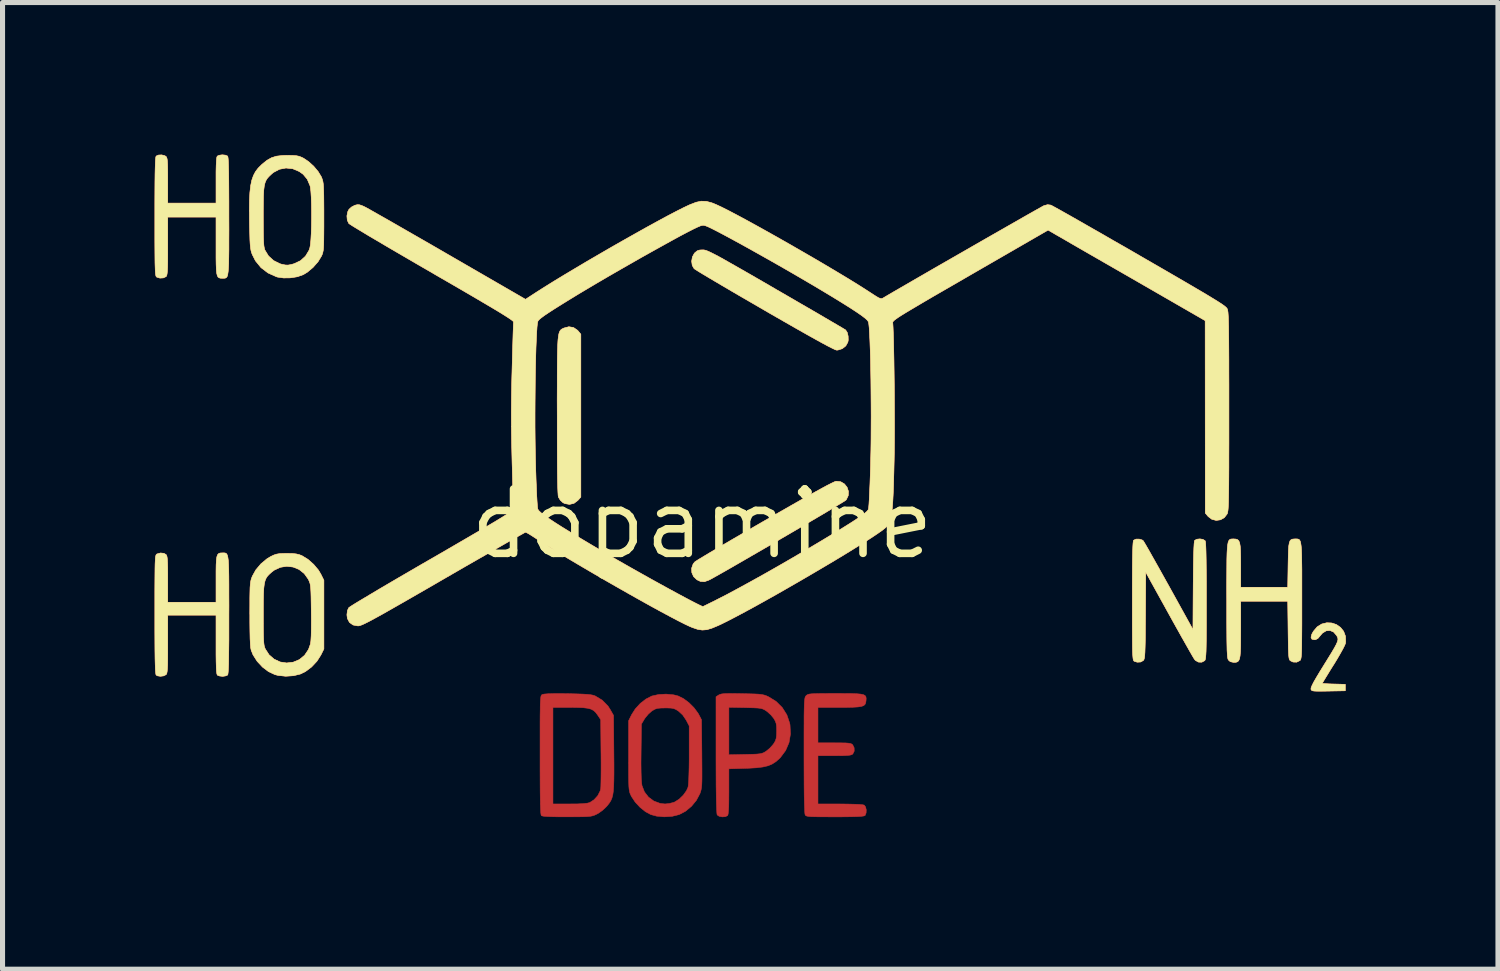
<source format=kicad_pcb>
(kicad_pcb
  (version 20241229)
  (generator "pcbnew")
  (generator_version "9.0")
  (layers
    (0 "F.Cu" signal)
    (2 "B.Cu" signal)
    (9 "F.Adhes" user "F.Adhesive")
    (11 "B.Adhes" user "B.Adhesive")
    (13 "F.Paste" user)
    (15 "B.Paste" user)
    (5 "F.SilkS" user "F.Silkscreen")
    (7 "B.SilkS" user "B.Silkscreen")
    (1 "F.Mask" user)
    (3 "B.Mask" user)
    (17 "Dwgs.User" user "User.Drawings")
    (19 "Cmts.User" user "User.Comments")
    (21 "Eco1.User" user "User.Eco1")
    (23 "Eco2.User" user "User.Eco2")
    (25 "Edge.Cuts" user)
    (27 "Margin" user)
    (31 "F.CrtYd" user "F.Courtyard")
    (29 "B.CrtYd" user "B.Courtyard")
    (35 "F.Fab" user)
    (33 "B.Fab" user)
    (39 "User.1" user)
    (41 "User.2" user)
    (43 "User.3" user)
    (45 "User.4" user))
  (footprint "dopamine"
    (layer "F.Cu")
    (at 10.8 7.286)
    (property "Reference" "dopamine" (at 0 0 0) (layer "F.SilkS") (effects (font (size 1.27 1.27) (thickness 0.15))))
    (attr through_hole)
    (fp_poly (pts (xy -2.537 -3.875) (xy -2.458 -3.821) (xy -2.446 -3.808) (xy -2.392 -3.743) (xy -2.392 -0.53) (xy -2.45 -0.465) (xy -2.527 -0.407) (xy -2.616 -0.386) (xy -2.707 -0.402) (xy -2.744 -0.42) (xy -2.796 -0.468) (xy -2.832 -0.527) (xy -2.834 -0.53) (xy -2.839 -0.56) (xy -2.843 -0.621) (xy -2.847 -0.712) (xy -2.85 -0.837) (xy -2.853 -0.996) (xy -2.855 -1.192) (xy -2.856 -1.424) (xy -2.857 -1.696) (xy -2.857 -2.007) (xy -2.857 -2.142) (xy -2.858 -2.446) (xy -2.857 -2.71) (xy -2.857 -2.938) (xy -2.856 -3.132) (xy -2.854 -3.295) (xy -2.851 -3.43) (xy -2.847 -3.54) (xy -2.842 -3.628) (xy -2.834 -3.696) (xy -2.825 -3.748) (xy -2.814 -3.785) (xy -2.8 -3.812) (xy -2.784 -3.831) (xy -2.765 -3.845) (xy -2.743 -3.856) (xy -2.723 -3.865) (xy -2.628 -3.89) (xy -2.537 -3.875)) (stroke (width 0.01) (type solid)) (fill yes) (layer "F.Cu"))
    (fp_poly (pts (xy 2.735 -0.832) (xy 2.808 -0.789) (xy 2.86 -0.724) (xy 2.887 -0.644) (xy 2.883 -0.559) (xy 2.844 -0.477) (xy 2.84 -0.473) (xy 2.818 -0.457) (xy 2.763 -0.422) (xy 2.678 -0.371) (xy 2.567 -0.304) (xy 2.434 -0.224) (xy 2.281 -0.134) (xy 2.113 -0.035) (xy 1.933 0.071) (xy 1.745 0.181) (xy 1.551 0.294) (xy 1.357 0.408) (xy 1.164 0.52) (xy 0.977 0.628) (xy 0.799 0.731) (xy 0.634 0.826) (xy 0.485 0.912) (xy 0.356 0.985) (xy 0.251 1.044) (xy 0.172 1.088) (xy 0.133 1.108) (xy 0.046 1.139) (xy -0.033 1.133) (xy -0.101 1.101) (xy -0.167 1.039) (xy -0.202 0.959) (xy -0.205 0.872) (xy -0.176 0.79) (xy -0.144 0.75) (xy -0.118 0.732) (xy -0.058 0.694) (xy 0.032 0.64) (xy 0.15 0.569) (xy 0.293 0.485) (xy 0.457 0.388) (xy 0.64 0.281) (xy 0.838 0.166) (xy 1.049 0.043) (xy 1.238 -0.066) (xy 1.527 -0.232) (xy 1.781 -0.377) (xy 2 -0.502) (xy 2.186 -0.606) (xy 2.339 -0.69) (xy 2.46 -0.756) (xy 2.551 -0.802) (xy 2.612 -0.831) (xy 2.645 -0.842) (xy 2.646 -0.842) (xy 2.735 -0.832)) (stroke (width 0.01) (type solid)) (fill yes) (layer "F.Cu"))
    (fp_poly (pts (xy 0.038 -5.405) (xy 0.062 -5.4) (xy 0.093 -5.39) (xy 0.133 -5.373) (xy 0.184 -5.349) (xy 0.249 -5.316) (xy 0.331 -5.273) (xy 0.432 -5.217) (xy 0.555 -5.147) (xy 0.703 -5.063) (xy 0.878 -4.963) (xy 1.083 -4.845) (xy 1.32 -4.708) (xy 1.46 -4.626) (xy 1.68 -4.499) (xy 1.888 -4.378) (xy 2.084 -4.265) (xy 2.263 -4.161) (xy 2.423 -4.067) (xy 2.56 -3.987) (xy 2.673 -3.921) (xy 2.758 -3.871) (xy 2.811 -3.839) (xy 2.831 -3.827) (xy 2.863 -3.778) (xy 2.881 -3.705) (xy 2.883 -3.626) (xy 2.876 -3.587) (xy 2.835 -3.513) (xy 2.766 -3.458) (xy 2.681 -3.431) (xy 2.656 -3.429) (xy 2.629 -3.437) (xy 2.576 -3.462) (xy 2.494 -3.503) (xy 2.384 -3.562) (xy 2.244 -3.639) (xy 2.072 -3.735) (xy 1.869 -3.85) (xy 1.631 -3.986) (xy 1.359 -4.142) (xy 1.24 -4.211) (xy 1.02 -4.339) (xy 0.809 -4.461) (xy 0.612 -4.576) (xy 0.43 -4.683) (xy 0.267 -4.779) (xy 0.127 -4.862) (xy 0.011 -4.931) (xy -0.077 -4.985) (xy -0.134 -5.021) (xy -0.157 -5.037) (xy -0.194 -5.101) (xy -0.205 -5.183) (xy -0.191 -5.267) (xy -0.152 -5.339) (xy -0.142 -5.349) (xy -0.095 -5.388) (xy -0.043 -5.404) (xy 0.016 -5.406) (xy 0.038 -5.405)) (stroke (width 0.01) (type solid)) (fill yes) (layer "F.Cu"))
    (fp_poly (pts (xy 12.421 1.954) (xy 12.514 1.985) (xy 12.594 2.041) (xy 12.656 2.118) (xy 12.692 2.214) (xy 12.696 2.327) (xy 12.692 2.356) (xy 12.676 2.396) (xy 12.642 2.464) (xy 12.592 2.554) (xy 12.531 2.659) (xy 12.462 2.773) (xy 12.456 2.781) (xy 12.388 2.89) (xy 12.329 2.987) (xy 12.281 3.065) (xy 12.249 3.119) (xy 12.235 3.143) (xy 12.234 3.144) (xy 12.254 3.148) (xy 12.307 3.152) (xy 12.386 3.156) (xy 12.462 3.158) (xy 12.689 3.164) (xy 12.689 3.291) (xy 12.358 3.297) (xy 12.232 3.299) (xy 12.143 3.299) (xy 12.083 3.297) (xy 12.046 3.292) (xy 12.026 3.283) (xy 12.016 3.27) (xy 12.012 3.26) (xy 12.014 3.235) (xy 12.031 3.191) (xy 12.064 3.124) (xy 12.117 3.032) (xy 12.19 2.91) (xy 12.257 2.802) (xy 12.349 2.653) (xy 12.421 2.536) (xy 12.474 2.446) (xy 12.511 2.377) (xy 12.533 2.326) (xy 12.544 2.288) (xy 12.543 2.258) (xy 12.535 2.232) (xy 12.52 2.204) (xy 12.518 2.201) (xy 12.459 2.132) (xy 12.387 2.101) (xy 12.312 2.108) (xy 12.239 2.152) (xy 12.197 2.201) (xy 12.148 2.259) (xy 12.101 2.283) (xy 12.083 2.285) (xy 12.031 2.273) (xy 12.013 2.237) (xy 12.029 2.175) (xy 12.059 2.12) (xy 12.135 2.03) (xy 12.225 1.974) (xy 12.323 1.95) (xy 12.421 1.954)) (stroke (width 0.01) (type solid)) (fill yes) (layer "F.Cu"))
    (fp_poly (pts (xy 0.738 3.347) (xy 0.788 3.348) (xy 0.93 3.351) (xy 1.038 3.354) (xy 1.118 3.358) (xy 1.177 3.365) (xy 1.224 3.375) (xy 1.264 3.388) (xy 1.306 3.407) (xy 1.312 3.41) (xy 1.46 3.501) (xy 1.582 3.622) (xy 1.673 3.767) (xy 1.728 3.929) (xy 1.735 3.965) (xy 1.744 4.143) (xy 1.715 4.314) (xy 1.648 4.47) (xy 1.546 4.607) (xy 1.53 4.624) (xy 1.459 4.687) (xy 1.385 4.735) (xy 1.303 4.77) (xy 1.203 4.794) (xy 1.078 4.81) (xy 0.922 4.819) (xy 0.863 4.821) (xy 0.529 4.831) (xy 0.529 5.279) (xy 0.528 5.446) (xy 0.526 5.574) (xy 0.521 5.665) (xy 0.514 5.723) (xy 0.505 5.752) (xy 0.504 5.753) (xy 0.459 5.775) (xy 0.398 5.779) (xy 0.339 5.768) (xy 0.3 5.742) (xy 0.297 5.738) (xy 0.292 5.706) (xy 0.287 5.632) (xy 0.283 5.517) (xy 0.28 5.363) (xy 0.277 5.168) (xy 0.276 4.935) (xy 0.275 4.663) (xy 0.275 4.554) (xy 0.529 4.554) (xy 0.854 4.547) (xy 0.978 4.544) (xy 1.068 4.541) (xy 1.132 4.535) (xy 1.178 4.526) (xy 1.214 4.513) (xy 1.247 4.494) (xy 1.266 4.482) (xy 1.334 4.426) (xy 1.397 4.356) (xy 1.413 4.335) (xy 1.444 4.283) (xy 1.461 4.233) (xy 1.469 4.17) (xy 1.471 4.085) (xy 1.469 3.996) (xy 1.461 3.935) (xy 1.442 3.885) (xy 1.413 3.835) (xy 1.357 3.767) (xy 1.287 3.704) (xy 1.266 3.688) (xy 1.231 3.666) (xy 1.197 3.65) (xy 1.158 3.639) (xy 1.104 3.632) (xy 1.028 3.628) (xy 0.922 3.625) (xy 0.854 3.623) (xy 0.529 3.617) (xy 0.529 4.554) (xy 0.275 4.554) (xy 0.275 4.553) (xy 0.275 3.409) (xy 0.327 3.375) (xy 0.351 3.363) (xy 0.385 3.354) (xy 0.434 3.348) (xy 0.505 3.346) (xy 0.604 3.345) (xy 0.738 3.347)) (stroke (width 0.01) (type solid)) (fill yes) (layer "F.Cu"))
    (fp_poly (pts (xy 2.811 3.345) (xy 2.95 3.346) (xy 3.055 3.35) (xy 3.132 3.357) (xy 3.184 3.368) (xy 3.215 3.385) (xy 3.232 3.409) (xy 3.237 3.44) (xy 3.235 3.48) (xy 3.234 3.489) (xy 3.228 3.53) (xy 3.214 3.561) (xy 3.188 3.584) (xy 3.143 3.6) (xy 3.076 3.61) (xy 2.98 3.616) (xy 2.852 3.619) (xy 2.704 3.619) (xy 2.286 3.619) (xy 2.286 4.318) (xy 2.611 4.318) (xy 2.737 4.319) (xy 2.827 4.32) (xy 2.889 4.325) (xy 2.929 4.332) (xy 2.955 4.343) (xy 2.971 4.357) (xy 3 4.416) (xy 3.001 4.483) (xy 2.973 4.538) (xy 2.972 4.539) (xy 2.952 4.552) (xy 2.918 4.561) (xy 2.864 4.567) (xy 2.782 4.571) (xy 2.668 4.572) (xy 2.613 4.572) (xy 2.286 4.572) (xy 2.286 5.524) (xy 2.721 5.524) (xy 2.872 5.526) (xy 3 5.529) (xy 3.1 5.533) (xy 3.169 5.54) (xy 3.198 5.546) (xy 3.225 5.582) (xy 3.239 5.64) (xy 3.236 5.701) (xy 3.217 5.749) (xy 3.213 5.753) (xy 3.191 5.761) (xy 3.142 5.768) (xy 3.063 5.773) (xy 2.951 5.776) (xy 2.803 5.778) (xy 2.621 5.779) (xy 2.451 5.778) (xy 2.319 5.778) (xy 2.219 5.776) (xy 2.147 5.774) (xy 2.098 5.769) (xy 2.066 5.763) (xy 2.047 5.755) (xy 2.037 5.744) (xy 2.033 5.738) (xy 2.027 5.706) (xy 2.023 5.632) (xy 2.019 5.517) (xy 2.015 5.363) (xy 2.013 5.168) (xy 2.012 4.935) (xy 2.011 4.664) (xy 2.011 4.563) (xy 2.011 4.315) (xy 2.011 4.106) (xy 2.012 3.932) (xy 2.012 3.79) (xy 2.014 3.677) (xy 2.016 3.589) (xy 2.019 3.522) (xy 2.023 3.473) (xy 2.028 3.439) (xy 2.034 3.416) (xy 2.041 3.401) (xy 2.05 3.39) (xy 2.053 3.387) (xy 2.068 3.374) (xy 2.088 3.364) (xy 2.117 3.356) (xy 2.161 3.351) (xy 2.225 3.348) (xy 2.314 3.346) (xy 2.434 3.345) (xy 2.59 3.344) (xy 2.634 3.344) (xy 2.811 3.345)) (stroke (width 0.01) (type solid)) (fill yes) (layer "F.Cu"))
    (fp_poly (pts (xy 9.88 0.305) (xy 9.922 0.33) (xy 9.926 0.337) (xy 9.932 0.369) (xy 9.937 0.443) (xy 9.941 0.557) (xy 9.944 0.712) (xy 9.946 0.907) (xy 9.948 1.14) (xy 9.948 1.412) (xy 9.948 1.521) (xy 9.948 1.773) (xy 9.948 1.986) (xy 9.947 2.163) (xy 9.946 2.307) (xy 9.944 2.423) (xy 9.942 2.513) (xy 9.938 2.581) (xy 9.934 2.63) (xy 9.929 2.663) (xy 9.923 2.684) (xy 9.916 2.696) (xy 9.915 2.697) (xy 9.858 2.727) (xy 9.792 2.725) (xy 9.733 2.692) (xy 9.72 2.678) (xy 9.701 2.649) (xy 9.664 2.587) (xy 9.612 2.496) (xy 9.546 2.379) (xy 9.468 2.242) (xy 9.382 2.088) (xy 9.288 1.92) (xy 9.215 1.788) (xy 8.752 0.951) (xy 8.747 1.802) (xy 8.745 2.017) (xy 8.744 2.193) (xy 8.742 2.335) (xy 8.739 2.447) (xy 8.736 2.531) (xy 8.732 2.594) (xy 8.727 2.637) (xy 8.72 2.666) (xy 8.712 2.684) (xy 8.707 2.692) (xy 8.653 2.723) (xy 8.584 2.727) (xy 8.525 2.708) (xy 8.517 2.701) (xy 8.51 2.688) (xy 8.504 2.666) (xy 8.5 2.632) (xy 8.496 2.582) (xy 8.493 2.513) (xy 8.491 2.421) (xy 8.49 2.304) (xy 8.489 2.157) (xy 8.488 1.979) (xy 8.488 1.764) (xy 8.488 1.517) (xy 8.488 1.247) (xy 8.489 1.018) (xy 8.49 0.826) (xy 8.492 0.669) (xy 8.495 0.545) (xy 8.498 0.451) (xy 8.502 0.384) (xy 8.507 0.342) (xy 8.512 0.323) (xy 8.513 0.322) (xy 8.56 0.3) (xy 8.623 0.299) (xy 8.68 0.316) (xy 8.704 0.333) (xy 8.72 0.359) (xy 8.755 0.418) (xy 8.806 0.506) (xy 8.87 0.62) (xy 8.946 0.755) (xy 9.032 0.908) (xy 9.125 1.075) (xy 9.21 1.227) (xy 9.684 2.084) (xy 9.689 1.218) (xy 9.691 0.973) (xy 9.694 0.769) (xy 9.698 0.604) (xy 9.702 0.479) (xy 9.707 0.391) (xy 9.713 0.34) (xy 9.718 0.325) (xy 9.76 0.302) (xy 9.82 0.295) (xy 9.88 0.305)) (stroke (width 0.01) (type solid)) (fill yes) (layer "F.Cu"))
    (fp_poly (pts (xy -9.404 -7.275) (xy -9.363 -7.258) (xy -9.36 -7.256) (xy -9.354 -7.239) (xy -9.349 -7.2) (xy -9.345 -7.136) (xy -9.342 -7.045) (xy -9.339 -6.924) (xy -9.337 -6.771) (xy -9.336 -6.583) (xy -9.335 -6.358) (xy -9.335 -6.093) (xy -9.335 -6.072) (xy -9.334 -5.814) (xy -9.335 -5.594) (xy -9.335 -5.411) (xy -9.337 -5.26) (xy -9.339 -5.139) (xy -9.344 -5.044) (xy -9.35 -4.972) (xy -9.358 -4.92) (xy -9.368 -4.885) (xy -9.382 -4.863) (xy -9.399 -4.852) (xy -9.419 -4.848) (xy -9.443 -4.847) (xy -9.461 -4.847) (xy -9.498 -4.848) (xy -9.526 -4.855) (xy -9.548 -4.87) (xy -9.564 -4.901) (xy -9.575 -4.949) (xy -9.582 -5.021) (xy -9.586 -5.12) (xy -9.588 -5.251) (xy -9.588 -5.418) (xy -9.588 -5.484) (xy -9.588 -6.054) (xy -10.541 -6.054) (xy -10.541 -5.484) (xy -10.541 -5.31) (xy -10.542 -5.174) (xy -10.544 -5.071) (xy -10.548 -4.995) (xy -10.553 -4.943) (xy -10.559 -4.909) (xy -10.568 -4.888) (xy -10.574 -4.88) (xy -10.627 -4.854) (xy -10.695 -4.85) (xy -10.758 -4.87) (xy -10.766 -4.877) (xy -10.773 -4.89) (xy -10.778 -4.911) (xy -10.783 -4.946) (xy -10.787 -4.996) (xy -10.789 -5.065) (xy -10.792 -5.156) (xy -10.793 -5.274) (xy -10.794 -5.42) (xy -10.795 -5.599) (xy -10.795 -5.814) (xy -10.795 -6.061) (xy -10.795 -6.33) (xy -10.794 -6.559) (xy -10.793 -6.751) (xy -10.791 -6.908) (xy -10.788 -7.033) (xy -10.785 -7.127) (xy -10.781 -7.194) (xy -10.776 -7.236) (xy -10.77 -7.255) (xy -10.77 -7.256) (xy -10.724 -7.277) (xy -10.661 -7.28) (xy -10.601 -7.265) (xy -10.574 -7.248) (xy -10.563 -7.231) (xy -10.554 -7.202) (xy -10.548 -7.156) (xy -10.544 -7.086) (xy -10.542 -6.989) (xy -10.541 -6.857) (xy -10.541 -6.772) (xy -10.541 -6.329) (xy -9.588 -6.329) (xy -9.588 -6.78) (xy -9.588 -6.947) (xy -9.585 -7.075) (xy -9.58 -7.167) (xy -9.574 -7.226) (xy -9.565 -7.254) (xy -9.563 -7.256) (xy -9.526 -7.273) (xy -9.469 -7.281) (xy -9.461 -7.281) (xy -9.404 -7.275)) (stroke (width 0.01) (type solid)) (fill yes) (layer "F.Cu"))
    (fp_poly (pts (xy -0.562 3.371) (xy -0.471 3.394) (xy -0.366 3.446) (xy -0.258 3.527) (xy -0.16 3.625) (xy -0.082 3.73) (xy -0.067 3.755) (xy -0.011 3.863) (xy -0.004 4.531) (xy -0.003 4.718) (xy -0.002 4.867) (xy -0.002 4.985) (xy -0.003 5.075) (xy -0.006 5.145) (xy -0.011 5.198) (xy -0.018 5.24) (xy -0.027 5.275) (xy -0.039 5.311) (xy -0.045 5.325) (xy -0.112 5.452) (xy -0.209 5.57) (xy -0.327 5.668) (xy -0.451 5.733) (xy -0.591 5.768) (xy -0.747 5.778) (xy -0.899 5.764) (xy -1.012 5.733) (xy -1.116 5.677) (xy -1.223 5.591) (xy -1.318 5.489) (xy -1.39 5.381) (xy -1.398 5.366) (xy -1.412 5.336) (xy -1.424 5.308) (xy -1.432 5.276) (xy -1.439 5.236) (xy -1.444 5.182) (xy -1.447 5.11) (xy -1.449 5.015) (xy -1.45 4.892) (xy -1.45 4.736) (xy -1.45 4.716) (xy -1.205 4.716) (xy -1.203 4.893) (xy -1.199 5.028) (xy -1.191 5.123) (xy -1.185 5.162) (xy -1.137 5.286) (xy -1.057 5.389) (xy -0.951 5.467) (xy -0.827 5.513) (xy -0.73 5.524) (xy -0.647 5.515) (xy -0.564 5.494) (xy -0.54 5.485) (xy -0.453 5.43) (xy -0.372 5.352) (xy -0.308 5.263) (xy -0.277 5.193) (xy -0.27 5.147) (xy -0.264 5.063) (xy -0.26 4.949) (xy -0.256 4.807) (xy -0.254 4.644) (xy -0.254 4.548) (xy -0.254 3.984) (xy -0.313 3.871) (xy -0.383 3.768) (xy -0.463 3.694) (xy -0.513 3.662) (xy -0.557 3.643) (xy -0.61 3.633) (xy -0.686 3.63) (xy -0.729 3.63) (xy -0.819 3.632) (xy -0.88 3.638) (xy -0.927 3.653) (xy -0.973 3.679) (xy -0.993 3.692) (xy -1.059 3.75) (xy -1.12 3.823) (xy -1.139 3.851) (xy -1.196 3.948) (xy -1.203 4.498) (xy -1.205 4.716) (xy -1.45 4.716) (xy -1.45 4.572) (xy -1.45 3.884) (xy -1.391 3.764) (xy -1.317 3.648) (xy -1.219 3.541) (xy -1.107 3.454) (xy -0.994 3.396) (xy -0.99 3.394) (xy -0.858 3.365) (xy -0.709 3.357) (xy -0.562 3.371)) (stroke (width 0.01) (type solid)) (fill yes) (layer "F.Cu"))
    (fp_poly (pts (xy -9.412 0.573) (xy -9.393 0.579) (xy -9.377 0.593) (xy -9.365 0.619) (xy -9.355 0.659) (xy -9.347 0.717) (xy -9.342 0.796) (xy -9.338 0.899) (xy -9.336 1.029) (xy -9.335 1.19) (xy -9.335 1.384) (xy -9.334 1.615) (xy -9.335 1.796) (xy -9.335 2.064) (xy -9.335 2.292) (xy -9.337 2.483) (xy -9.339 2.638) (xy -9.341 2.762) (xy -9.345 2.855) (xy -9.349 2.921) (xy -9.354 2.962) (xy -9.359 2.98) (xy -9.36 2.98) (xy -9.397 2.997) (xy -9.454 3.006) (xy -9.461 3.006) (xy -9.52 2.999) (xy -9.56 2.983) (xy -9.563 2.98) (xy -9.571 2.959) (xy -9.578 2.91) (xy -9.583 2.832) (xy -9.586 2.72) (xy -9.588 2.573) (xy -9.588 2.386) (xy -9.588 2.377) (xy -9.588 1.799) (xy -10.541 1.799) (xy -10.541 2.369) (xy -10.541 2.543) (xy -10.542 2.679) (xy -10.544 2.782) (xy -10.548 2.858) (xy -10.553 2.91) (xy -10.559 2.944) (xy -10.568 2.965) (xy -10.574 2.972) (xy -10.622 2.997) (xy -10.685 3.005) (xy -10.744 2.996) (xy -10.77 2.98) (xy -10.775 2.964) (xy -10.78 2.925) (xy -10.785 2.861) (xy -10.788 2.77) (xy -10.791 2.649) (xy -10.793 2.497) (xy -10.794 2.309) (xy -10.795 2.085) (xy -10.795 1.82) (xy -10.795 1.785) (xy -10.795 1.533) (xy -10.795 1.32) (xy -10.794 1.142) (xy -10.793 0.997) (xy -10.792 0.881) (xy -10.79 0.79) (xy -10.787 0.722) (xy -10.784 0.672) (xy -10.779 0.638) (xy -10.773 0.616) (xy -10.767 0.603) (xy -10.758 0.596) (xy -10.754 0.593) (xy -10.684 0.573) (xy -10.616 0.58) (xy -10.574 0.605) (xy -10.563 0.622) (xy -10.555 0.65) (xy -10.549 0.696) (xy -10.545 0.764) (xy -10.542 0.861) (xy -10.541 0.991) (xy -10.541 1.092) (xy -10.541 1.545) (xy -9.588 1.545) (xy -9.588 1.092) (xy -9.588 0.93) (xy -9.586 0.806) (xy -9.581 0.714) (xy -9.572 0.65) (xy -9.558 0.609) (xy -9.537 0.585) (xy -9.508 0.574) (xy -9.471 0.572) (xy -9.461 0.572) (xy -9.435 0.571) (xy -9.412 0.573)) (stroke (width 0.01) (type solid)) (fill yes) (layer "F.Cu"))
    (fp_poly (pts (xy -2.766 3.347) (xy -2.649 3.348) (xy -2.49 3.352) (xy -2.367 3.356) (xy -2.274 3.361) (xy -2.206 3.368) (xy -2.156 3.377) (xy -2.118 3.389) (xy -2.11 3.392) (xy -1.969 3.477) (xy -1.856 3.592) (xy -1.809 3.666) (xy -1.746 3.778) (xy -1.74 4.526) (xy -1.738 4.742) (xy -1.738 4.921) (xy -1.74 5.066) (xy -1.744 5.183) (xy -1.751 5.275) (xy -1.762 5.349) (xy -1.778 5.408) (xy -1.799 5.457) (xy -1.825 5.5) (xy -1.858 5.543) (xy -1.889 5.579) (xy -1.961 5.647) (xy -2.043 5.706) (xy -2.084 5.728) (xy -2.121 5.745) (xy -2.156 5.757) (xy -2.197 5.766) (xy -2.249 5.772) (xy -2.319 5.775) (xy -2.414 5.777) (xy -2.54 5.778) (xy -2.668 5.778) (xy -2.84 5.778) (xy -2.972 5.775) (xy -3.069 5.771) (xy -3.132 5.765) (xy -3.166 5.757) (xy -3.171 5.753) (xy -3.177 5.736) (xy -3.182 5.698) (xy -3.186 5.634) (xy -3.189 5.543) (xy -3.192 5.422) (xy -3.194 5.269) (xy -3.195 5.082) (xy -3.196 4.857) (xy -3.196 4.593) (xy -3.196 4.558) (xy -3.196 4.306) (xy -3.196 4.093) (xy -3.196 3.916) (xy -3.195 3.771) (xy -3.193 3.654) (xy -3.193 3.619) (xy -2.942 3.619) (xy -2.942 5.524) (xy -2.613 5.524) (xy -2.458 5.523) (xy -2.342 5.517) (xy -2.261 5.508) (xy -2.216 5.496) (xy -2.13 5.44) (xy -2.057 5.359) (xy -2.01 5.265) (xy -2 5.224) (xy -1.997 5.18) (xy -1.995 5.1) (xy -1.993 4.989) (xy -1.992 4.856) (xy -1.992 4.704) (xy -1.993 4.541) (xy -1.994 4.496) (xy -2 3.86) (xy -2.057 3.775) (xy -2.096 3.722) (xy -2.138 3.682) (xy -2.189 3.654) (xy -2.257 3.636) (xy -2.348 3.625) (xy -2.468 3.621) (xy -2.601 3.619) (xy -2.942 3.619) (xy -3.193 3.619) (xy -3.192 3.564) (xy -3.189 3.495) (xy -3.185 3.446) (xy -3.181 3.412) (xy -3.175 3.39) (xy -3.168 3.377) (xy -3.16 3.369) (xy -3.152 3.364) (xy -3.114 3.356) (xy -3.038 3.35) (xy -2.922 3.347) (xy -2.766 3.347)) (stroke (width 0.01) (type solid)) (fill yes) (layer "F.Cu"))
    (fp_poly (pts (xy 11.749 0.297) (xy 11.77 0.303) (xy 11.786 0.316) (xy 11.8 0.341) (xy 11.81 0.38) (xy 11.818 0.436) (xy 11.824 0.513) (xy 11.828 0.614) (xy 11.83 0.742) (xy 11.832 0.9) (xy 11.832 1.092) (xy 11.832 1.321) (xy 11.832 1.512) (xy 11.832 1.762) (xy 11.832 1.973) (xy 11.831 2.149) (xy 11.83 2.293) (xy 11.829 2.407) (xy 11.827 2.497) (xy 11.824 2.565) (xy 11.82 2.614) (xy 11.815 2.649) (xy 11.809 2.671) (xy 11.802 2.686) (xy 11.794 2.695) (xy 11.793 2.695) (xy 11.731 2.726) (xy 11.659 2.724) (xy 11.609 2.7) (xy 11.596 2.689) (xy 11.587 2.673) (xy 11.579 2.645) (xy 11.574 2.602) (xy 11.57 2.539) (xy 11.566 2.451) (xy 11.564 2.332) (xy 11.562 2.178) (xy 11.561 2.097) (xy 11.554 1.524) (xy 10.626 1.524) (xy 10.626 2.08) (xy 10.625 2.263) (xy 10.624 2.408) (xy 10.62 2.52) (xy 10.613 2.602) (xy 10.602 2.659) (xy 10.586 2.697) (xy 10.564 2.718) (xy 10.535 2.728) (xy 10.498 2.73) (xy 10.488 2.731) (xy 10.421 2.717) (xy 10.383 2.683) (xy 10.376 2.669) (xy 10.37 2.646) (xy 10.365 2.61) (xy 10.361 2.559) (xy 10.357 2.489) (xy 10.355 2.397) (xy 10.353 2.279) (xy 10.352 2.131) (xy 10.351 1.952) (xy 10.351 1.736) (xy 10.351 1.513) (xy 10.35 1.256) (xy 10.351 1.038) (xy 10.352 0.855) (xy 10.353 0.705) (xy 10.356 0.585) (xy 10.361 0.491) (xy 10.368 0.42) (xy 10.377 0.368) (xy 10.389 0.334) (xy 10.405 0.312) (xy 10.423 0.301) (xy 10.446 0.297) (xy 10.473 0.296) (xy 10.488 0.296) (xy 10.531 0.299) (xy 10.564 0.31) (xy 10.588 0.333) (xy 10.605 0.375) (xy 10.616 0.44) (xy 10.622 0.532) (xy 10.625 0.657) (xy 10.626 0.82) (xy 10.626 1.249) (xy 11.554 1.249) (xy 11.561 0.808) (xy 11.564 0.647) (xy 11.568 0.525) (xy 11.574 0.435) (xy 11.585 0.372) (xy 11.6 0.332) (xy 11.622 0.309) (xy 11.652 0.299) (xy 11.691 0.296) (xy 11.696 0.296) (xy 11.725 0.296) (xy 11.749 0.297)) (stroke (width 0.01) (type solid)) (fill yes) (layer "F.Cu"))
    (fp_poly (pts (xy -8.084 0.584) (xy -8.005 0.592) (xy -7.941 0.608) (xy -7.891 0.628) (xy -7.775 0.699) (xy -7.663 0.798) (xy -7.568 0.911) (xy -7.52 0.992) (xy -7.461 1.111) (xy -7.461 2.466) (xy -7.52 2.585) (xy -7.598 2.708) (xy -7.704 2.821) (xy -7.824 2.911) (xy -7.923 2.96) (xy -8.061 2.994) (xy -8.214 3.004) (xy -8.363 2.988) (xy -8.424 2.973) (xy -8.551 2.914) (xy -8.671 2.823) (xy -8.777 2.709) (xy -8.858 2.582) (xy -8.895 2.49) (xy -8.904 2.445) (xy -8.911 2.37) (xy -8.916 2.264) (xy -8.919 2.124) (xy -8.921 1.946) (xy -8.921 1.789) (xy -8.656 1.789) (xy -8.656 1.965) (xy -8.655 2.105) (xy -8.653 2.213) (xy -8.65 2.295) (xy -8.645 2.355) (xy -8.639 2.4) (xy -8.63 2.434) (xy -8.618 2.463) (xy -8.617 2.466) (xy -8.542 2.582) (xy -8.442 2.668) (xy -8.324 2.723) (xy -8.196 2.743) (xy -8.065 2.727) (xy -7.945 2.677) (xy -7.841 2.592) (xy -7.764 2.477) (xy -7.726 2.37) (xy -7.717 2.31) (xy -7.711 2.21) (xy -7.708 2.071) (xy -7.707 1.895) (xy -7.709 1.734) (xy -7.711 1.569) (xy -7.713 1.44) (xy -7.716 1.342) (xy -7.72 1.269) (xy -7.726 1.215) (xy -7.734 1.174) (xy -7.745 1.141) (xy -7.759 1.109) (xy -7.769 1.089) (xy -7.847 0.979) (xy -7.949 0.898) (xy -8.067 0.85) (xy -8.193 0.835) (xy -8.32 0.855) (xy -8.44 0.911) (xy -8.489 0.948) (xy -8.535 0.989) (xy -8.572 1.027) (xy -8.6 1.069) (xy -8.621 1.119) (xy -8.636 1.183) (xy -8.646 1.265) (xy -8.652 1.371) (xy -8.655 1.506) (xy -8.656 1.675) (xy -8.656 1.789) (xy -8.921 1.789) (xy -8.922 1.778) (xy -8.921 1.598) (xy -8.921 1.455) (xy -8.919 1.344) (xy -8.917 1.259) (xy -8.912 1.194) (xy -8.906 1.145) (xy -8.898 1.105) (xy -8.887 1.07) (xy -8.873 1.034) (xy -8.873 1.033) (xy -8.803 0.907) (xy -8.702 0.787) (xy -8.582 0.687) (xy -8.509 0.643) (xy -8.448 0.614) (xy -8.394 0.596) (xy -8.333 0.586) (xy -8.251 0.583) (xy -8.191 0.582) (xy -8.084 0.584)) (stroke (width 0.01) (type solid)) (fill yes) (layer "F.Cu"))
    (fp_poly (pts (xy -8.079 -7.269) (xy -8.006 -7.264) (xy -7.951 -7.253) (xy -7.9 -7.233) (xy -7.863 -7.215) (xy -7.762 -7.147) (xy -7.662 -7.056) (xy -7.576 -6.954) (xy -7.514 -6.853) (xy -7.502 -6.826) (xy -7.491 -6.793) (xy -7.481 -6.758) (xy -7.474 -6.714) (xy -7.469 -6.657) (xy -7.466 -6.582) (xy -7.463 -6.484) (xy -7.462 -6.357) (xy -7.461 -6.197) (xy -7.461 -6.054) (xy -7.461 -5.867) (xy -7.462 -5.718) (xy -7.463 -5.602) (xy -7.465 -5.512) (xy -7.469 -5.445) (xy -7.474 -5.395) (xy -7.482 -5.356) (xy -7.491 -5.325) (xy -7.503 -5.296) (xy -7.507 -5.287) (xy -7.577 -5.172) (xy -7.675 -5.061) (xy -7.787 -4.967) (xy -7.868 -4.918) (xy -7.984 -4.877) (xy -8.12 -4.855) (xy -8.257 -4.853) (xy -8.379 -4.871) (xy -8.397 -4.877) (xy -8.562 -4.951) (xy -8.701 -5.057) (xy -8.811 -5.192) (xy -8.874 -5.317) (xy -8.888 -5.356) (xy -8.899 -5.397) (xy -8.907 -5.447) (xy -8.914 -5.511) (xy -8.919 -5.596) (xy -8.922 -5.707) (xy -8.926 -5.851) (xy -8.928 -5.96) (xy -8.929 -6.069) (xy -8.657 -6.069) (xy -8.656 -5.888) (xy -8.655 -5.744) (xy -8.653 -5.632) (xy -8.649 -5.548) (xy -8.644 -5.486) (xy -8.636 -5.441) (xy -8.627 -5.408) (xy -8.624 -5.402) (xy -8.554 -5.287) (xy -8.453 -5.195) (xy -8.328 -5.133) (xy -8.287 -5.121) (xy -8.222 -5.108) (xy -8.169 -5.106) (xy -8.11 -5.116) (xy -8.046 -5.134) (xy -7.923 -5.192) (xy -7.823 -5.282) (xy -7.754 -5.397) (xy -7.738 -5.443) (xy -7.726 -5.505) (xy -7.717 -5.602) (xy -7.71 -5.724) (xy -7.705 -5.865) (xy -7.703 -6.016) (xy -7.703 -6.169) (xy -7.705 -6.316) (xy -7.71 -6.449) (xy -7.717 -6.561) (xy -7.727 -6.643) (xy -7.734 -6.673) (xy -7.788 -6.8) (xy -7.868 -6.897) (xy -7.946 -6.953) (xy -8.076 -7.008) (xy -8.209 -7.022) (xy -8.338 -6.997) (xy -8.457 -6.934) (xy -8.492 -6.904) (xy -8.537 -6.862) (xy -8.573 -6.823) (xy -8.601 -6.78) (xy -8.622 -6.73) (xy -8.637 -6.666) (xy -8.647 -6.584) (xy -8.653 -6.478) (xy -8.655 -6.343) (xy -8.657 -6.174) (xy -8.657 -6.069) (xy -8.929 -6.069) (xy -8.93 -6.189) (xy -8.928 -6.382) (xy -8.92 -6.541) (xy -8.905 -6.673) (xy -8.882 -6.782) (xy -8.85 -6.873) (xy -8.809 -6.951) (xy -8.756 -7.02) (xy -8.691 -7.085) (xy -8.679 -7.096) (xy -8.584 -7.173) (xy -8.493 -7.224) (xy -8.395 -7.255) (xy -8.277 -7.268) (xy -8.181 -7.271) (xy -8.079 -7.269)) (stroke (width 0.01) (type solid)) (fill yes) (layer "F.Cu"))
    (fp_poly (pts (xy 0.086 -6.363) (xy 0.194 -6.334) (xy 0.278 -6.3) (xy 0.379 -6.253) (xy 0.511 -6.187) (xy 0.671 -6.103) (xy 0.854 -6.005) (xy 1.056 -5.894) (xy 1.274 -5.773) (xy 1.502 -5.645) (xy 1.736 -5.512) (xy 1.972 -5.376) (xy 2.207 -5.24) (xy 2.435 -5.106) (xy 2.652 -4.977) (xy 2.855 -4.855) (xy 3.038 -4.743) (xy 3.198 -4.642) (xy 3.331 -4.556) (xy 3.334 -4.554) (xy 3.42 -4.498) (xy 3.478 -4.463) (xy 3.518 -4.447) (xy 3.545 -4.445) (xy 3.567 -4.454) (xy 3.607 -4.478) (xy 3.68 -4.521) (xy 3.781 -4.58) (xy 3.907 -4.653) (xy 4.056 -4.739) (xy 4.223 -4.836) (xy 4.405 -4.941) (xy 4.6 -5.054) (xy 4.804 -5.171) (xy 5.013 -5.291) (xy 5.224 -5.412) (xy 5.434 -5.533) (xy 5.64 -5.651) (xy 5.838 -5.764) (xy 6.025 -5.871) (xy 6.197 -5.969) (xy 6.352 -6.058) (xy 6.486 -6.134) (xy 6.596 -6.196) (xy 6.678 -6.242) (xy 6.729 -6.271) (xy 6.746 -6.279) (xy 6.816 -6.298) (xy 6.878 -6.29) (xy 6.881 -6.289) (xy 6.908 -6.275) (xy 6.969 -6.242) (xy 7.061 -6.191) (xy 7.182 -6.123) (xy 7.329 -6.04) (xy 7.499 -5.943) (xy 7.689 -5.834) (xy 7.898 -5.715) (xy 8.121 -5.586) (xy 8.358 -5.451) (xy 8.604 -5.309) (xy 8.634 -5.291) (xy 8.925 -5.123) (xy 9.181 -4.975) (xy 9.405 -4.845) (xy 9.599 -4.732) (xy 9.764 -4.635) (xy 9.904 -4.553) (xy 10.02 -4.483) (xy 10.115 -4.425) (xy 10.19 -4.378) (xy 10.249 -4.34) (xy 10.293 -4.309) (xy 10.323 -4.285) (xy 10.344 -4.266) (xy 10.356 -4.251) (xy 10.359 -4.244) (xy 10.365 -4.229) (xy 10.37 -4.206) (xy 10.375 -4.173) (xy 10.378 -4.128) (xy 10.382 -4.068) (xy 10.384 -3.991) (xy 10.387 -3.893) (xy 10.388 -3.773) (xy 10.39 -3.627) (xy 10.391 -3.454) (xy 10.392 -3.25) (xy 10.392 -3.013) (xy 10.393 -2.74) (xy 10.393 -2.43) (xy 10.393 -2.223) (xy 10.393 -1.889) (xy 10.393 -1.595) (xy 10.392 -1.338) (xy 10.392 -1.116) (xy 10.391 -0.925) (xy 10.39 -0.764) (xy 10.388 -0.629) (xy 10.386 -0.519) (xy 10.384 -0.43) (xy 10.381 -0.359) (xy 10.378 -0.305) (xy 10.374 -0.264) (xy 10.369 -0.235) (xy 10.364 -0.213) (xy 10.358 -0.197) (xy 10.357 -0.196) (xy 10.302 -0.124) (xy 10.227 -0.082) (xy 10.142 -0.07) (xy 10.057 -0.092) (xy 9.984 -0.147) (xy 9.981 -0.151) (xy 9.927 -0.215) (xy 9.926 -2.113) (xy 9.925 -4.011) (xy 8.482 -4.843) (xy 8.252 -4.975) (xy 8.031 -5.102) (xy 7.821 -5.223) (xy 7.626 -5.335) (xy 7.449 -5.437) (xy 7.293 -5.527) (xy 7.161 -5.604) (xy 7.055 -5.665) (xy 6.979 -5.708) (xy 6.937 -5.733) (xy 6.932 -5.736) (xy 6.826 -5.797) (xy 5.291 -4.911) (xy 5.017 -4.752) (xy 4.776 -4.613) (xy 4.568 -4.493) (xy 4.39 -4.389) (xy 4.24 -4.3) (xy 4.115 -4.226) (xy 4.013 -4.165) (xy 3.932 -4.115) (xy 3.87 -4.075) (xy 3.825 -4.043) (xy 3.793 -4.019) (xy 3.774 -4.001) (xy 3.764 -3.987) (xy 3.761 -3.976) (xy 3.761 -3.976) (xy 3.767 -3.887) (xy 3.772 -3.762) (xy 3.777 -3.604) (xy 3.781 -3.42) (xy 3.785 -3.214) (xy 3.788 -2.992) (xy 3.791 -2.759) (xy 3.793 -2.52) (xy 3.794 -2.28) (xy 3.795 -2.045) (xy 3.795 -1.819) (xy 3.794 -1.609) (xy 3.792 -1.418) (xy 3.789 -1.259) (xy 3.783 -1) (xy 3.777 -0.779) (xy 3.77 -0.594) (xy 3.762 -0.44) (xy 3.752 -0.314) (xy 3.741 -0.213) (xy 3.727 -0.132) (xy 3.71 -0.068) (xy 3.69 -0.018) (xy 3.666 0.022) (xy 3.638 0.056) (xy 3.616 0.076) (xy 3.555 0.125) (xy 3.461 0.191) (xy 3.337 0.274) (xy 3.187 0.37) (xy 3.014 0.478) (xy 2.822 0.596) (xy 2.615 0.721) (xy 2.396 0.851) (xy 2.17 0.984) (xy 1.939 1.119) (xy 1.708 1.252) (xy 1.479 1.383) (xy 1.258 1.507) (xy 1.046 1.625) (xy 0.849 1.732) (xy 0.669 1.828) (xy 0.511 1.91) (xy 0.378 1.976) (xy 0.318 2.004) (xy 0.193 2.056) (xy 0.093 2.086) (xy 0.004 2.093) (xy -0.086 2.079) (xy -0.189 2.044) (xy -0.24 2.023) (xy -0.338 1.977) (xy -0.469 1.911) (xy -0.627 1.828) (xy -0.808 1.731) (xy -1.009 1.621) (xy -1.224 1.501) (xy -1.45 1.374) (xy -1.682 1.242) (xy -1.916 1.108) (xy -2.148 0.973) (xy -2.373 0.841) (xy -2.588 0.714) (xy -2.788 0.594) (xy -2.968 0.483) (xy -3.125 0.385) (xy -3.254 0.301) (xy -3.27 0.29) (xy -3.35 0.238) (xy -3.417 0.196) (xy -3.464 0.17) (xy -3.482 0.163) (xy -3.503 0.173) (xy -3.558 0.204) (xy -3.644 0.252) (xy -3.759 0.317) (xy -3.9 0.397) (xy -4.064 0.491) (xy -4.249 0.597) (xy -4.452 0.713) (xy -4.67 0.838) (xy -4.9 0.971) (xy -5.101 1.087) (xy -5.382 1.25) (xy -5.629 1.392) (xy -5.844 1.516) (xy -6.03 1.622) (xy -6.188 1.712) (xy -6.322 1.788) (xy -6.433 1.849) (xy -6.525 1.899) (xy -6.598 1.937) (xy -6.656 1.966) (xy -6.702 1.987) (xy -6.736 2) (xy -6.763 2.008) (xy -6.783 2.011) (xy -6.791 2.011) (xy -6.885 1.993) (xy -6.956 1.942) (xy -6.997 1.864) (xy -7.006 1.793) (xy -6.996 1.709) (xy -6.969 1.652) (xy -6.945 1.635) (xy -6.888 1.598) (xy -6.799 1.543) (xy -6.682 1.473) (xy -6.538 1.387) (xy -6.372 1.288) (xy -6.185 1.178) (xy -5.98 1.058) (xy -5.76 0.93) (xy -5.528 0.795) (xy -5.323 0.677) (xy -5.031 0.508) (xy -4.773 0.358) (xy -4.548 0.227) (xy -4.355 0.114) (xy -4.191 0.017) (xy -4.055 -0.064) (xy -3.945 -0.131) (xy -3.859 -0.185) (xy -3.795 -0.226) (xy -3.752 -0.257) (xy -3.727 -0.278) (xy -3.72 -0.29) (xy -3.72 -0.29) (xy -3.721 -0.319) (xy -3.724 -0.385) (xy -3.727 -0.485) (xy -3.731 -0.613) (xy -3.735 -0.765) (xy -3.74 -0.937) (xy -3.745 -1.123) (xy -3.748 -1.233) (xy -3.756 -1.581) (xy -3.761 -1.903) (xy -3.762 -2.154) (xy -3.296 -2.154) (xy -3.296 -1.918) (xy -3.294 -1.688) (xy -3.291 -1.468) (xy -3.287 -1.263) (xy -3.286 -1.244) (xy -3.281 -1.048) (xy -3.275 -0.865) (xy -3.268 -0.7) (xy -3.262 -0.556) (xy -3.255 -0.439) (xy -3.249 -0.353) (xy -3.243 -0.302) (xy -3.241 -0.292) (xy -3.222 -0.263) (xy -3.181 -0.224) (xy -3.117 -0.174) (xy -3.027 -0.11) (xy -2.912 -0.033) (xy -2.767 0.059) (xy -2.593 0.166) (xy -2.387 0.291) (xy -2.147 0.434) (xy -1.872 0.596) (xy -1.852 0.607) (xy -1.7 0.696) (xy -1.535 0.79) (xy -1.361 0.889) (xy -1.181 0.99) (xy -1.001 1.091) (xy -0.823 1.189) (xy -0.652 1.283) (xy -0.492 1.37) (xy -0.347 1.448) (xy -0.22 1.515) (xy -0.117 1.568) (xy -0.04 1.606) (xy 0.006 1.627) (xy 0.016 1.63) (xy 0.036 1.621) (xy 0.087 1.596) (xy 0.162 1.559) (xy 0.254 1.514) (xy 0.292 1.494) (xy 0.482 1.397) (xy 0.702 1.279) (xy 0.949 1.144) (xy 1.217 0.995) (xy 1.502 0.833) (xy 1.798 0.662) (xy 2.101 0.484) (xy 2.335 0.345) (xy 2.559 0.21) (xy 2.748 0.095) (xy 2.905 -0.003) (xy 3.031 -0.084) (xy 3.129 -0.151) (xy 3.201 -0.205) (xy 3.25 -0.246) (xy 3.276 -0.278) (xy 3.282 -0.289) (xy 3.287 -0.321) (xy 3.293 -0.392) (xy 3.299 -0.495) (xy 3.305 -0.626) (xy 3.312 -0.781) (xy 3.318 -0.955) (xy 3.324 -1.142) (xy 3.326 -1.241) (xy 3.331 -1.443) (xy 3.334 -1.66) (xy 3.335 -1.888) (xy 3.336 -2.124) (xy 3.335 -2.362) (xy 3.333 -2.599) (xy 3.331 -2.83) (xy 3.327 -3.052) (xy 3.323 -3.26) (xy 3.317 -3.45) (xy 3.311 -3.619) (xy 3.304 -3.761) (xy 3.297 -3.873) (xy 3.289 -3.95) (xy 3.282 -3.987) (xy 3.262 -4.017) (xy 3.218 -4.058) (xy 3.149 -4.111) (xy 3.052 -4.178) (xy 2.927 -4.26) (xy 2.769 -4.359) (xy 2.579 -4.476) (xy 2.403 -4.582) (xy 2.214 -4.695) (xy 2.013 -4.813) (xy 1.802 -4.936) (xy 1.587 -5.06) (xy 1.371 -5.183) (xy 1.158 -5.303) (xy 0.953 -5.418) (xy 0.76 -5.525) (xy 0.582 -5.622) (xy 0.424 -5.707) (xy 0.291 -5.777) (xy 0.185 -5.831) (xy 0.113 -5.865) (xy 0.059 -5.886) (xy 0.02 -5.893) (xy -0.021 -5.885) (xy -0.081 -5.86) (xy -0.091 -5.856) (xy -0.172 -5.817) (xy -0.286 -5.759) (xy -0.428 -5.684) (xy -0.593 -5.594) (xy -0.777 -5.492) (xy -0.977 -5.381) (xy -1.188 -5.263) (xy -1.405 -5.139) (xy -1.625 -5.013) (xy -1.842 -4.888) (xy -2.054 -4.764) (xy -2.255 -4.645) (xy -2.441 -4.534) (xy -2.609 -4.431) (xy -2.613 -4.429) (xy -2.784 -4.323) (xy -2.921 -4.237) (xy -3.029 -4.167) (xy -3.111 -4.112) (xy -3.17 -4.068) (xy -3.21 -4.035) (xy -3.233 -4.009) (xy -3.239 -3.999) (xy -3.248 -3.962) (xy -3.256 -3.887) (xy -3.263 -3.778) (xy -3.27 -3.638) (xy -3.277 -3.472) (xy -3.282 -3.284) (xy -3.287 -3.078) (xy -3.291 -2.858) (xy -3.293 -2.628) (xy -3.295 -2.392) (xy -3.296 -2.154) (xy -3.762 -2.154) (xy -3.762 -2.213) (xy -3.759 -2.526) (xy -3.753 -2.859) (xy -3.748 -3.043) (xy -3.743 -3.236) (xy -3.738 -3.416) (xy -3.733 -3.58) (xy -3.729 -3.722) (xy -3.725 -3.838) (xy -3.722 -3.924) (xy -3.72 -3.975) (xy -3.72 -3.986) (xy -3.726 -3.997) (xy -3.748 -4.016) (xy -3.788 -4.045) (xy -3.847 -4.084) (xy -3.928 -4.135) (xy -4.032 -4.199) (xy -4.161 -4.276) (xy -4.317 -4.368) (xy -4.502 -4.477) (xy -4.718 -4.603) (xy -4.966 -4.747) (xy -5.249 -4.91) (xy -5.323 -4.954) (xy -5.564 -5.093) (xy -5.794 -5.227) (xy -6.012 -5.354) (xy -6.214 -5.472) (xy -6.398 -5.581) (xy -6.562 -5.677) (xy -6.701 -5.761) (xy -6.814 -5.829) (xy -6.899 -5.881) (xy -6.951 -5.915) (xy -6.969 -5.928) (xy -6.999 -5.993) (xy -7.006 -6.076) (xy -6.99 -6.158) (xy -6.964 -6.208) (xy -6.913 -6.253) (xy -6.85 -6.286) (xy -6.847 -6.287) (xy -6.799 -6.298) (xy -6.755 -6.295) (xy -6.699 -6.275) (xy -6.662 -6.258) (xy -6.627 -6.24) (xy -6.558 -6.202) (xy -6.459 -6.146) (xy -6.331 -6.073) (xy -6.179 -5.987) (xy -6.005 -5.887) (xy -5.812 -5.776) (xy -5.603 -5.656) (xy -5.38 -5.528) (xy -5.148 -5.394) (xy -5.017 -5.318) (xy -3.483 -4.431) (xy -3.271 -4.569) (xy -3.109 -4.672) (xy -2.923 -4.788) (xy -2.717 -4.913) (xy -2.496 -5.045) (xy -2.264 -5.183) (xy -2.025 -5.322) (xy -1.784 -5.462) (xy -1.543 -5.599) (xy -1.309 -5.731) (xy -1.084 -5.857) (xy -0.874 -5.972) (xy -0.682 -6.076) (xy -0.512 -6.165) (xy -0.37 -6.237) (xy -0.258 -6.29) (xy -0.24 -6.298) (xy -0.116 -6.346) (xy -0.013 -6.367) (xy 0.086 -6.363)) (stroke (width 0.01) (type solid)) (fill yes) (layer "F.Cu"))
    (fp_poly (pts (xy 0.733 3.346) (xy 0.788 3.347) (xy 0.93 3.35) (xy 1.037 3.353) (xy 1.116 3.358) (xy 1.174 3.364) (xy 1.22 3.374) (xy 1.259 3.388) (xy 1.3 3.406) (xy 1.317 3.414) (xy 1.466 3.509) (xy 1.588 3.631) (xy 1.676 3.775) (xy 1.729 3.935) (xy 1.735 3.974) (xy 1.741 4.151) (xy 1.712 4.319) (xy 1.648 4.472) (xy 1.553 4.602) (xy 1.543 4.612) (xy 1.457 4.686) (xy 1.363 4.742) (xy 1.255 4.782) (xy 1.124 4.808) (xy 0.965 4.822) (xy 0.791 4.826) (xy 0.529 4.826) (xy 0.529 5.277) (xy 0.528 5.444) (xy 0.526 5.572) (xy 0.521 5.664) (xy 0.514 5.723) (xy 0.505 5.751) (xy 0.504 5.753) (xy 0.459 5.775) (xy 0.398 5.779) (xy 0.339 5.768) (xy 0.3 5.742) (xy 0.297 5.738) (xy 0.292 5.706) (xy 0.287 5.632) (xy 0.283 5.517) (xy 0.28 5.363) (xy 0.277 5.168) (xy 0.276 4.935) (xy 0.275 4.663) (xy 0.275 4.554) (xy 0.529 4.554) (xy 0.854 4.547) (xy 0.978 4.544) (xy 1.068 4.541) (xy 1.132 4.535) (xy 1.178 4.526) (xy 1.214 4.513) (xy 1.247 4.494) (xy 1.266 4.482) (xy 1.373 4.389) (xy 1.442 4.277) (xy 1.476 4.143) (xy 1.478 4.119) (xy 1.474 3.993) (xy 1.442 3.886) (xy 1.376 3.784) (xy 1.364 3.77) (xy 1.312 3.716) (xy 1.256 3.676) (xy 1.188 3.649) (xy 1.101 3.632) (xy 0.987 3.623) (xy 0.838 3.62) (xy 0.831 3.62) (xy 0.529 3.619) (xy 0.529 4.554) (xy 0.275 4.554) (xy 0.275 4.553) (xy 0.275 3.409) (xy 0.328 3.374) (xy 0.352 3.362) (xy 0.385 3.354) (xy 0.433 3.348) (xy 0.503 3.345) (xy 0.601 3.345) (xy 0.733 3.346)) (stroke (width 0.01) (type solid)) (fill yes) (layer "F.Mask"))
    (fp_poly (pts (xy 2.811 3.345) (xy 2.95 3.346) (xy 3.055 3.35) (xy 3.132 3.357) (xy 3.184 3.368) (xy 3.215 3.385) (xy 3.232 3.409) (xy 3.237 3.44) (xy 3.235 3.48) (xy 3.234 3.489) (xy 3.228 3.53) (xy 3.214 3.561) (xy 3.188 3.584) (xy 3.143 3.6) (xy 3.076 3.61) (xy 2.98 3.616) (xy 2.852 3.619) (xy 2.704 3.619) (xy 2.286 3.619) (xy 2.286 4.318) (xy 2.611 4.318) (xy 2.737 4.319) (xy 2.827 4.32) (xy 2.889 4.325) (xy 2.929 4.332) (xy 2.955 4.343) (xy 2.971 4.357) (xy 3 4.416) (xy 3.001 4.483) (xy 2.973 4.538) (xy 2.972 4.539) (xy 2.952 4.552) (xy 2.918 4.561) (xy 2.864 4.567) (xy 2.782 4.571) (xy 2.668 4.572) (xy 2.613 4.572) (xy 2.286 4.572) (xy 2.286 5.524) (xy 2.721 5.524) (xy 2.872 5.526) (xy 3 5.529) (xy 3.1 5.533) (xy 3.169 5.54) (xy 3.198 5.546) (xy 3.225 5.582) (xy 3.239 5.64) (xy 3.236 5.701) (xy 3.217 5.749) (xy 3.213 5.753) (xy 3.191 5.761) (xy 3.143 5.768) (xy 3.064 5.773) (xy 2.951 5.776) (xy 2.803 5.778) (xy 2.62 5.779) (xy 2.052 5.779) (xy 2.031 5.724) (xy 2.027 5.691) (xy 2.023 5.618) (xy 2.019 5.508) (xy 2.016 5.365) (xy 2.014 5.19) (xy 2.012 4.986) (xy 2.011 4.757) (xy 2.011 4.549) (xy 2.011 4.303) (xy 2.011 4.096) (xy 2.012 3.923) (xy 2.013 3.783) (xy 2.014 3.671) (xy 2.016 3.584) (xy 2.019 3.519) (xy 2.023 3.471) (xy 2.028 3.438) (xy 2.034 3.415) (xy 2.042 3.4) (xy 2.05 3.389) (xy 2.053 3.387) (xy 2.068 3.374) (xy 2.088 3.364) (xy 2.117 3.356) (xy 2.161 3.351) (xy 2.225 3.348) (xy 2.314 3.346) (xy 2.434 3.345) (xy 2.59 3.344) (xy 2.634 3.344) (xy 2.811 3.345)) (stroke (width 0.01) (type solid)) (fill yes) (layer "F.Mask"))
    (fp_poly (pts (xy -0.483 3.39) (xy -0.471 3.394) (xy -0.366 3.446) (xy -0.258 3.527) (xy -0.159 3.625) (xy -0.082 3.73) (xy -0.067 3.755) (xy -0.011 3.863) (xy -0.004 4.531) (xy -0.003 4.718) (xy -0.002 4.868) (xy -0.002 4.985) (xy -0.003 5.076) (xy -0.006 5.146) (xy -0.011 5.198) (xy -0.018 5.24) (xy -0.028 5.276) (xy -0.04 5.311) (xy -0.043 5.321) (xy -0.108 5.445) (xy -0.203 5.561) (xy -0.316 5.659) (xy -0.437 5.727) (xy -0.451 5.733) (xy -0.591 5.768) (xy -0.746 5.778) (xy -0.899 5.764) (xy -1.012 5.733) (xy -1.116 5.677) (xy -1.222 5.591) (xy -1.318 5.489) (xy -1.39 5.381) (xy -1.398 5.366) (xy -1.412 5.336) (xy -1.424 5.308) (xy -1.432 5.276) (xy -1.439 5.236) (xy -1.444 5.183) (xy -1.447 5.112) (xy -1.449 5.017) (xy -1.45 4.894) (xy -1.45 4.848) (xy -1.204 4.848) (xy -1.203 4.959) (xy -1.2 5.044) (xy -1.195 5.108) (xy -1.188 5.157) (xy -1.178 5.196) (xy -1.176 5.204) (xy -1.123 5.307) (xy -1.041 5.402) (xy -0.944 5.474) (xy -0.91 5.491) (xy -0.807 5.517) (xy -0.689 5.52) (xy -0.577 5.499) (xy -0.54 5.485) (xy -0.453 5.43) (xy -0.372 5.352) (xy -0.308 5.263) (xy -0.277 5.193) (xy -0.27 5.147) (xy -0.264 5.063) (xy -0.26 4.949) (xy -0.256 4.807) (xy -0.254 4.644) (xy -0.254 4.548) (xy -0.254 3.984) (xy -0.313 3.871) (xy -0.383 3.768) (xy -0.463 3.694) (xy -0.513 3.662) (xy -0.557 3.643) (xy -0.61 3.633) (xy -0.687 3.63) (xy -0.728 3.63) (xy -0.82 3.632) (xy -0.883 3.639) (xy -0.931 3.654) (xy -0.979 3.681) (xy -0.99 3.688) (xy -1.053 3.742) (xy -1.114 3.813) (xy -1.137 3.847) (xy -1.196 3.948) (xy -1.202 4.526) (xy -1.204 4.705) (xy -1.204 4.848) (xy -1.45 4.848) (xy -1.45 4.738) (xy -1.45 4.572) (xy -1.45 4.368) (xy -1.449 4.202) (xy -1.445 4.068) (xy -1.439 3.961) (xy -1.429 3.876) (xy -1.414 3.809) (xy -1.394 3.753) (xy -1.366 3.705) (xy -1.331 3.659) (xy -1.287 3.609) (xy -1.261 3.581) (xy -1.133 3.474) (xy -0.983 3.4) (xy -0.82 3.36) (xy -0.651 3.356) (xy -0.483 3.39)) (stroke (width 0.01) (type solid)) (fill yes) (layer "F.Mask"))
    (fp_poly (pts (xy -2.649 3.348) (xy -2.495 3.351) (xy -2.377 3.354) (xy -2.289 3.358) (xy -2.223 3.364) (xy -2.174 3.372) (xy -2.134 3.383) (xy -2.098 3.398) (xy -2.094 3.4) (xy -1.975 3.475) (xy -1.868 3.579) (xy -1.794 3.689) (xy -1.781 3.714) (xy -1.771 3.739) (xy -1.763 3.77) (xy -1.757 3.811) (xy -1.752 3.866) (xy -1.748 3.94) (xy -1.746 4.038) (xy -1.743 4.164) (xy -1.742 4.323) (xy -1.74 4.52) (xy -1.74 4.526) (xy -1.738 4.742) (xy -1.738 4.921) (xy -1.74 5.066) (xy -1.744 5.183) (xy -1.751 5.275) (xy -1.762 5.349) (xy -1.778 5.408) (xy -1.799 5.457) (xy -1.825 5.5) (xy -1.858 5.543) (xy -1.889 5.579) (xy -1.961 5.647) (xy -2.043 5.706) (xy -2.084 5.728) (xy -2.121 5.745) (xy -2.156 5.757) (xy -2.197 5.766) (xy -2.249 5.772) (xy -2.319 5.775) (xy -2.414 5.777) (xy -2.54 5.778) (xy -2.668 5.778) (xy -2.84 5.778) (xy -2.972 5.775) (xy -3.069 5.771) (xy -3.132 5.765) (xy -3.166 5.757) (xy -3.171 5.753) (xy -3.177 5.736) (xy -3.182 5.698) (xy -3.186 5.634) (xy -3.189 5.543) (xy -3.192 5.422) (xy -3.194 5.269) (xy -3.195 5.082) (xy -3.196 4.857) (xy -3.196 4.593) (xy -3.196 4.558) (xy -3.196 4.306) (xy -3.196 4.093) (xy -3.196 3.916) (xy -3.195 3.771) (xy -3.193 3.654) (xy -3.193 3.619) (xy -2.942 3.619) (xy -2.942 5.524) (xy -2.615 5.524) (xy -2.497 5.523) (xy -2.39 5.519) (xy -2.303 5.513) (xy -2.244 5.506) (xy -2.229 5.502) (xy -2.151 5.457) (xy -2.079 5.388) (xy -2.026 5.31) (xy -2.011 5.271) (xy -2.005 5.231) (xy -2.001 5.155) (xy -1.996 5.048) (xy -1.993 4.916) (xy -1.991 4.765) (xy -1.99 4.602) (xy -1.99 4.557) (xy -1.99 4.356) (xy -1.992 4.192) (xy -1.995 4.062) (xy -2.002 3.96) (xy -2.012 3.882) (xy -2.027 3.822) (xy -2.047 3.776) (xy -2.074 3.74) (xy -2.107 3.709) (xy -2.144 3.681) (xy -2.229 3.619) (xy -2.942 3.619) (xy -3.193 3.619) (xy -3.192 3.564) (xy -3.189 3.495) (xy -3.185 3.446) (xy -3.181 3.412) (xy -3.175 3.39) (xy -3.168 3.377) (xy -3.16 3.369) (xy -3.152 3.364) (xy -3.113 3.356) (xy -3.036 3.35) (xy -2.92 3.347) (xy -2.763 3.347) (xy -2.649 3.348)) (stroke (width 0.01) (type solid)) (fill yes) (layer "F.Mask"))
    (fp_poly (pts (xy -2.537 -3.875) (xy -2.458 -3.821) (xy -2.446 -3.808) (xy -2.392 -3.743) (xy -2.392 -0.53) (xy -2.45 -0.465) (xy -2.527 -0.407) (xy -2.616 -0.386) (xy -2.707 -0.402) (xy -2.744 -0.42) (xy -2.796 -0.468) (xy -2.832 -0.527) (xy -2.834 -0.53) (xy -2.839 -0.56) (xy -2.843 -0.621) (xy -2.847 -0.712) (xy -2.85 -0.837) (xy -2.853 -0.996) (xy -2.855 -1.192) (xy -2.856 -1.424) (xy -2.857 -1.696) (xy -2.857 -2.007) (xy -2.857 -2.142) (xy -2.858 -2.446) (xy -2.857 -2.71) (xy -2.857 -2.938) (xy -2.856 -3.132) (xy -2.854 -3.295) (xy -2.851 -3.43) (xy -2.847 -3.54) (xy -2.842 -3.628) (xy -2.834 -3.696) (xy -2.825 -3.748) (xy -2.814 -3.785) (xy -2.8 -3.812) (xy -2.784 -3.831) (xy -2.765 -3.845) (xy -2.743 -3.856) (xy -2.723 -3.865) (xy -2.628 -3.89) (xy -2.537 -3.875)) (stroke (width 0.01) (type solid)) (fill yes) (layer "F.SilkS"))
    (fp_poly (pts (xy 2.735 -0.832) (xy 2.808 -0.789) (xy 2.86 -0.724) (xy 2.887 -0.644) (xy 2.883 -0.559) (xy 2.844 -0.477) (xy 2.84 -0.473) (xy 2.818 -0.457) (xy 2.763 -0.422) (xy 2.678 -0.371) (xy 2.567 -0.304) (xy 2.434 -0.224) (xy 2.281 -0.134) (xy 2.113 -0.035) (xy 1.933 0.071) (xy 1.745 0.181) (xy 1.551 0.294) (xy 1.357 0.408) (xy 1.164 0.52) (xy 0.977 0.628) (xy 0.799 0.731) (xy 0.634 0.826) (xy 0.485 0.912) (xy 0.356 0.985) (xy 0.251 1.044) (xy 0.172 1.088) (xy 0.133 1.108) (xy 0.046 1.139) (xy -0.033 1.133) (xy -0.101 1.101) (xy -0.167 1.039) (xy -0.202 0.959) (xy -0.205 0.872) (xy -0.176 0.79) (xy -0.144 0.75) (xy -0.118 0.732) (xy -0.058 0.694) (xy 0.032 0.64) (xy 0.15 0.569) (xy 0.293 0.485) (xy 0.457 0.388) (xy 0.64 0.281) (xy 0.838 0.166) (xy 1.049 0.043) (xy 1.238 -0.066) (xy 1.527 -0.232) (xy 1.781 -0.377) (xy 2 -0.502) (xy 2.186 -0.606) (xy 2.339 -0.69) (xy 2.46 -0.756) (xy 2.551 -0.802) (xy 2.612 -0.831) (xy 2.645 -0.842) (xy 2.646 -0.842) (xy 2.735 -0.832)) (stroke (width 0.01) (type solid)) (fill yes) (layer "F.SilkS"))
    (fp_poly (pts (xy 0.038 -5.405) (xy 0.062 -5.4) (xy 0.093 -5.39) (xy 0.133 -5.373) (xy 0.184 -5.349) (xy 0.249 -5.316) (xy 0.331 -5.273) (xy 0.432 -5.217) (xy 0.555 -5.147) (xy 0.703 -5.063) (xy 0.878 -4.963) (xy 1.083 -4.845) (xy 1.32 -4.708) (xy 1.46 -4.626) (xy 1.68 -4.499) (xy 1.888 -4.378) (xy 2.084 -4.265) (xy 2.263 -4.161) (xy 2.423 -4.067) (xy 2.56 -3.987) (xy 2.673 -3.921) (xy 2.758 -3.871) (xy 2.811 -3.839) (xy 2.831 -3.827) (xy 2.863 -3.778) (xy 2.881 -3.705) (xy 2.883 -3.626) (xy 2.876 -3.587) (xy 2.835 -3.513) (xy 2.766 -3.458) (xy 2.681 -3.431) (xy 2.656 -3.429) (xy 2.629 -3.437) (xy 2.576 -3.462) (xy 2.494 -3.503) (xy 2.384 -3.562) (xy 2.244 -3.639) (xy 2.072 -3.735) (xy 1.869 -3.85) (xy 1.631 -3.986) (xy 1.359 -4.142) (xy 1.24 -4.211) (xy 1.02 -4.339) (xy 0.809 -4.461) (xy 0.612 -4.576) (xy 0.43 -4.683) (xy 0.267 -4.779) (xy 0.127 -4.862) (xy 0.011 -4.931) (xy -0.077 -4.985) (xy -0.134 -5.021) (xy -0.157 -5.037) (xy -0.194 -5.101) (xy -0.205 -5.183) (xy -0.191 -5.267) (xy -0.152 -5.339) (xy -0.142 -5.349) (xy -0.095 -5.388) (xy -0.043 -5.404) (xy 0.016 -5.406) (xy 0.038 -5.405)) (stroke (width 0.01) (type solid)) (fill yes) (layer "F.SilkS"))
    (fp_poly (pts (xy 12.421 1.954) (xy 12.514 1.985) (xy 12.594 2.041) (xy 12.656 2.118) (xy 12.692 2.214) (xy 12.696 2.327) (xy 12.692 2.356) (xy 12.676 2.396) (xy 12.642 2.464) (xy 12.592 2.554) (xy 12.531 2.659) (xy 12.462 2.773) (xy 12.456 2.781) (xy 12.388 2.89) (xy 12.329 2.987) (xy 12.281 3.065) (xy 12.249 3.119) (xy 12.235 3.143) (xy 12.234 3.144) (xy 12.254 3.148) (xy 12.307 3.152) (xy 12.386 3.156) (xy 12.462 3.158) (xy 12.689 3.164) (xy 12.689 3.291) (xy 12.358 3.297) (xy 12.232 3.299) (xy 12.143 3.299) (xy 12.083 3.297) (xy 12.046 3.292) (xy 12.026 3.283) (xy 12.016 3.27) (xy 12.012 3.26) (xy 12.014 3.235) (xy 12.031 3.191) (xy 12.064 3.124) (xy 12.117 3.032) (xy 12.19 2.91) (xy 12.257 2.802) (xy 12.349 2.653) (xy 12.421 2.536) (xy 12.474 2.446) (xy 12.511 2.377) (xy 12.533 2.326) (xy 12.544 2.288) (xy 12.543 2.258) (xy 12.535 2.232) (xy 12.52 2.204) (xy 12.518 2.201) (xy 12.459 2.132) (xy 12.387 2.101) (xy 12.312 2.108) (xy 12.239 2.152) (xy 12.197 2.201) (xy 12.148 2.259) (xy 12.101 2.283) (xy 12.083 2.285) (xy 12.031 2.273) (xy 12.013 2.237) (xy 12.029 2.175) (xy 12.059 2.12) (xy 12.135 2.03) (xy 12.225 1.974) (xy 12.323 1.95) (xy 12.421 1.954)) (stroke (width 0.01) (type solid)) (fill yes) (layer "F.SilkS"))
    (fp_poly (pts (xy 9.88 0.305) (xy 9.922 0.33) (xy 9.926 0.337) (xy 9.932 0.369) (xy 9.937 0.443) (xy 9.941 0.557) (xy 9.944 0.712) (xy 9.946 0.907) (xy 9.948 1.14) (xy 9.948 1.412) (xy 9.948 1.521) (xy 9.948 1.773) (xy 9.948 1.986) (xy 9.947 2.163) (xy 9.946 2.307) (xy 9.944 2.423) (xy 9.942 2.513) (xy 9.938 2.581) (xy 9.934 2.63) (xy 9.929 2.663) (xy 9.923 2.684) (xy 9.916 2.696) (xy 9.915 2.697) (xy 9.858 2.727) (xy 9.792 2.725) (xy 9.733 2.692) (xy 9.72 2.678) (xy 9.701 2.649) (xy 9.664 2.587) (xy 9.612 2.496) (xy 9.546 2.379) (xy 9.468 2.242) (xy 9.382 2.088) (xy 9.288 1.92) (xy 9.215 1.788) (xy 8.752 0.951) (xy 8.747 1.802) (xy 8.745 2.017) (xy 8.744 2.193) (xy 8.742 2.335) (xy 8.739 2.447) (xy 8.736 2.531) (xy 8.732 2.594) (xy 8.727 2.637) (xy 8.72 2.666) (xy 8.712 2.684) (xy 8.707 2.692) (xy 8.653 2.723) (xy 8.584 2.727) (xy 8.525 2.708) (xy 8.517 2.701) (xy 8.51 2.688) (xy 8.504 2.666) (xy 8.5 2.632) (xy 8.496 2.582) (xy 8.493 2.513) (xy 8.491 2.421) (xy 8.49 2.304) (xy 8.489 2.157) (xy 8.488 1.979) (xy 8.488 1.764) (xy 8.488 1.517) (xy 8.488 1.247) (xy 8.489 1.018) (xy 8.49 0.826) (xy 8.492 0.669) (xy 8.495 0.545) (xy 8.498 0.451) (xy 8.502 0.384) (xy 8.507 0.342) (xy 8.512 0.323) (xy 8.513 0.322) (xy 8.56 0.3) (xy 8.623 0.299) (xy 8.68 0.316) (xy 8.704 0.333) (xy 8.72 0.359) (xy 8.755 0.418) (xy 8.806 0.506) (xy 8.87 0.62) (xy 8.946 0.755) (xy 9.032 0.908) (xy 9.125 1.075) (xy 9.21 1.227) (xy 9.684 2.084) (xy 9.689 1.218) (xy 9.691 0.973) (xy 9.694 0.769) (xy 9.698 0.604) (xy 9.702 0.479) (xy 9.707 0.391) (xy 9.713 0.34) (xy 9.718 0.325) (xy 9.76 0.302) (xy 9.82 0.295) (xy 9.88 0.305)) (stroke (width 0.01) (type solid)) (fill yes) (layer "F.SilkS"))
    (fp_poly (pts (xy -9.404 -7.275) (xy -9.363 -7.258) (xy -9.36 -7.256) (xy -9.354 -7.239) (xy -9.349 -7.2) (xy -9.345 -7.136) (xy -9.342 -7.045) (xy -9.339 -6.924) (xy -9.337 -6.771) (xy -9.336 -6.583) (xy -9.335 -6.358) (xy -9.335 -6.093) (xy -9.335 -6.072) (xy -9.334 -5.814) (xy -9.335 -5.594) (xy -9.335 -5.411) (xy -9.337 -5.26) (xy -9.339 -5.139) (xy -9.344 -5.044) (xy -9.35 -4.972) (xy -9.358 -4.92) (xy -9.368 -4.885) (xy -9.382 -4.863) (xy -9.399 -4.852) (xy -9.419 -4.848) (xy -9.443 -4.847) (xy -9.461 -4.847) (xy -9.498 -4.848) (xy -9.526 -4.855) (xy -9.548 -4.87) (xy -9.564 -4.901) (xy -9.575 -4.949) (xy -9.582 -5.021) (xy -9.586 -5.12) (xy -9.588 -5.251) (xy -9.588 -5.418) (xy -9.588 -5.484) (xy -9.588 -6.054) (xy -10.541 -6.054) (xy -10.541 -5.484) (xy -10.541 -5.31) (xy -10.542 -5.174) (xy -10.544 -5.071) (xy -10.548 -4.995) (xy -10.553 -4.943) (xy -10.559 -4.909) (xy -10.568 -4.888) (xy -10.574 -4.88) (xy -10.627 -4.854) (xy -10.695 -4.85) (xy -10.758 -4.87) (xy -10.766 -4.877) (xy -10.773 -4.89) (xy -10.778 -4.911) (xy -10.783 -4.946) (xy -10.787 -4.996) (xy -10.789 -5.065) (xy -10.792 -5.156) (xy -10.793 -5.274) (xy -10.794 -5.42) (xy -10.795 -5.599) (xy -10.795 -5.814) (xy -10.795 -6.061) (xy -10.795 -6.33) (xy -10.794 -6.559) (xy -10.793 -6.751) (xy -10.791 -6.908) (xy -10.788 -7.033) (xy -10.785 -7.127) (xy -10.781 -7.194) (xy -10.776 -7.236) (xy -10.77 -7.255) (xy -10.77 -7.256) (xy -10.724 -7.277) (xy -10.661 -7.28) (xy -10.601 -7.265) (xy -10.574 -7.248) (xy -10.563 -7.231) (xy -10.554 -7.202) (xy -10.548 -7.156) (xy -10.544 -7.086) (xy -10.542 -6.989) (xy -10.541 -6.857) (xy -10.541 -6.772) (xy -10.541 -6.329) (xy -9.588 -6.329) (xy -9.588 -6.78) (xy -9.588 -6.947) (xy -9.585 -7.075) (xy -9.58 -7.167) (xy -9.574 -7.226) (xy -9.565 -7.254) (xy -9.563 -7.256) (xy -9.526 -7.273) (xy -9.469 -7.281) (xy -9.461 -7.281) (xy -9.404 -7.275)) (stroke (width 0.01) (type solid)) (fill yes) (layer "F.SilkS"))
    (fp_poly (pts (xy -9.412 0.573) (xy -9.393 0.579) (xy -9.377 0.593) (xy -9.365 0.619) (xy -9.355 0.659) (xy -9.347 0.717) (xy -9.342 0.796) (xy -9.338 0.899) (xy -9.336 1.029) (xy -9.335 1.19) (xy -9.335 1.384) (xy -9.334 1.615) (xy -9.335 1.796) (xy -9.335 2.064) (xy -9.335 2.292) (xy -9.337 2.483) (xy -9.339 2.638) (xy -9.341 2.762) (xy -9.345 2.855) (xy -9.349 2.921) (xy -9.354 2.962) (xy -9.359 2.98) (xy -9.36 2.98) (xy -9.397 2.997) (xy -9.454 3.006) (xy -9.461 3.006) (xy -9.52 2.999) (xy -9.56 2.983) (xy -9.563 2.98) (xy -9.571 2.959) (xy -9.578 2.91) (xy -9.583 2.832) (xy -9.586 2.72) (xy -9.588 2.573) (xy -9.588 2.386) (xy -9.588 2.377) (xy -9.588 1.799) (xy -10.541 1.799) (xy -10.541 2.369) (xy -10.541 2.543) (xy -10.542 2.679) (xy -10.544 2.782) (xy -10.548 2.858) (xy -10.553 2.91) (xy -10.559 2.944) (xy -10.568 2.965) (xy -10.574 2.972) (xy -10.622 2.997) (xy -10.685 3.005) (xy -10.744 2.996) (xy -10.77 2.98) (xy -10.775 2.964) (xy -10.78 2.925) (xy -10.785 2.861) (xy -10.788 2.77) (xy -10.791 2.649) (xy -10.793 2.497) (xy -10.794 2.309) (xy -10.795 2.085) (xy -10.795 1.82) (xy -10.795 1.785) (xy -10.795 1.533) (xy -10.795 1.32) (xy -10.794 1.142) (xy -10.793 0.997) (xy -10.792 0.881) (xy -10.79 0.79) (xy -10.787 0.722) (xy -10.784 0.672) (xy -10.779 0.638) (xy -10.773 0.616) (xy -10.767 0.603) (xy -10.758 0.596) (xy -10.754 0.593) (xy -10.684 0.573) (xy -10.616 0.58) (xy -10.574 0.605) (xy -10.563 0.622) (xy -10.555 0.65) (xy -10.549 0.696) (xy -10.545 0.764) (xy -10.542 0.861) (xy -10.541 0.991) (xy -10.541 1.092) (xy -10.541 1.545) (xy -9.588 1.545) (xy -9.588 1.092) (xy -9.588 0.93) (xy -9.586 0.806) (xy -9.581 0.714) (xy -9.572 0.65) (xy -9.558 0.609) (xy -9.537 0.585) (xy -9.508 0.574) (xy -9.471 0.572) (xy -9.461 0.572) (xy -9.435 0.571) (xy -9.412 0.573)) (stroke (width 0.01) (type solid)) (fill yes) (layer "F.SilkS"))
    (fp_poly (pts (xy 11.749 0.297) (xy 11.77 0.303) (xy 11.786 0.316) (xy 11.8 0.341) (xy 11.81 0.38) (xy 11.818 0.436) (xy 11.824 0.513) (xy 11.828 0.614) (xy 11.83 0.742) (xy 11.832 0.9) (xy 11.832 1.092) (xy 11.832 1.321) (xy 11.832 1.512) (xy 11.832 1.762) (xy 11.832 1.973) (xy 11.831 2.149) (xy 11.83 2.293) (xy 11.829 2.407) (xy 11.827 2.497) (xy 11.824 2.565) (xy 11.82 2.614) (xy 11.815 2.649) (xy 11.809 2.671) (xy 11.802 2.686) (xy 11.794 2.695) (xy 11.793 2.695) (xy 11.731 2.726) (xy 11.659 2.724) (xy 11.609 2.7) (xy 11.596 2.689) (xy 11.587 2.673) (xy 11.579 2.645) (xy 11.574 2.602) (xy 11.57 2.539) (xy 11.566 2.451) (xy 11.564 2.332) (xy 11.562 2.178) (xy 11.561 2.097) (xy 11.554 1.524) (xy 10.626 1.524) (xy 10.626 2.08) (xy 10.625 2.263) (xy 10.624 2.408) (xy 10.62 2.52) (xy 10.613 2.602) (xy 10.602 2.659) (xy 10.586 2.697) (xy 10.564 2.718) (xy 10.535 2.728) (xy 10.498 2.73) (xy 10.488 2.731) (xy 10.421 2.717) (xy 10.383 2.683) (xy 10.376 2.669) (xy 10.37 2.646) (xy 10.365 2.61) (xy 10.361 2.559) (xy 10.357 2.489) (xy 10.355 2.397) (xy 10.353 2.279) (xy 10.352 2.131) (xy 10.351 1.952) (xy 10.351 1.736) (xy 10.351 1.513) (xy 10.35 1.256) (xy 10.351 1.038) (xy 10.352 0.855) (xy 10.353 0.705) (xy 10.356 0.585) (xy 10.361 0.491) (xy 10.368 0.42) (xy 10.377 0.368) (xy 10.389 0.334) (xy 10.405 0.312) (xy 10.423 0.301) (xy 10.446 0.297) (xy 10.473 0.296) (xy 10.488 0.296) (xy 10.531 0.299) (xy 10.564 0.31) (xy 10.588 0.333) (xy 10.605 0.375) (xy 10.616 0.44) (xy 10.622 0.532) (xy 10.625 0.657) (xy 10.626 0.82) (xy 10.626 1.249) (xy 11.554 1.249) (xy 11.561 0.808) (xy 11.564 0.647) (xy 11.568 0.525) (xy 11.574 0.435) (xy 11.585 0.372) (xy 11.6 0.332) (xy 11.622 0.309) (xy 11.652 0.299) (xy 11.691 0.296) (xy 11.696 0.296) (xy 11.725 0.296) (xy 11.749 0.297)) (stroke (width 0.01) (type solid)) (fill yes) (layer "F.SilkS"))
    (fp_poly (pts (xy -8.084 0.584) (xy -8.005 0.592) (xy -7.941 0.608) (xy -7.891 0.628) (xy -7.775 0.699) (xy -7.663 0.798) (xy -7.568 0.911) (xy -7.52 0.992) (xy -7.461 1.111) (xy -7.461 2.466) (xy -7.52 2.585) (xy -7.598 2.708) (xy -7.704 2.821) (xy -7.824 2.911) (xy -7.923 2.96) (xy -8.061 2.994) (xy -8.214 3.004) (xy -8.363 2.988) (xy -8.424 2.973) (xy -8.551 2.914) (xy -8.671 2.823) (xy -8.777 2.709) (xy -8.858 2.582) (xy -8.895 2.49) (xy -8.904 2.445) (xy -8.911 2.37) (xy -8.916 2.264) (xy -8.919 2.124) (xy -8.921 1.946) (xy -8.921 1.789) (xy -8.656 1.789) (xy -8.656 1.965) (xy -8.655 2.105) (xy -8.653 2.213) (xy -8.65 2.295) (xy -8.645 2.355) (xy -8.639 2.4) (xy -8.63 2.434) (xy -8.618 2.463) (xy -8.617 2.466) (xy -8.542 2.582) (xy -8.442 2.668) (xy -8.324 2.723) (xy -8.196 2.743) (xy -8.065 2.727) (xy -7.945 2.677) (xy -7.841 2.592) (xy -7.764 2.477) (xy -7.726 2.37) (xy -7.717 2.31) (xy -7.711 2.21) (xy -7.708 2.071) (xy -7.707 1.895) (xy -7.709 1.734) (xy -7.711 1.569) (xy -7.713 1.44) (xy -7.716 1.342) (xy -7.72 1.269) (xy -7.726 1.215) (xy -7.734 1.174) (xy -7.745 1.141) (xy -7.759 1.109) (xy -7.769 1.089) (xy -7.847 0.979) (xy -7.949 0.898) (xy -8.067 0.85) (xy -8.193 0.835) (xy -8.32 0.855) (xy -8.44 0.911) (xy -8.489 0.948) (xy -8.535 0.989) (xy -8.572 1.027) (xy -8.6 1.069) (xy -8.621 1.119) (xy -8.636 1.183) (xy -8.646 1.265) (xy -8.652 1.371) (xy -8.655 1.506) (xy -8.656 1.675) (xy -8.656 1.789) (xy -8.921 1.789) (xy -8.922 1.778) (xy -8.921 1.598) (xy -8.921 1.455) (xy -8.919 1.344) (xy -8.917 1.259) (xy -8.912 1.194) (xy -8.906 1.145) (xy -8.898 1.105) (xy -8.887 1.07) (xy -8.873 1.034) (xy -8.873 1.033) (xy -8.803 0.907) (xy -8.702 0.787) (xy -8.582 0.687) (xy -8.509 0.643) (xy -8.448 0.614) (xy -8.394 0.596) (xy -8.333 0.586) (xy -8.251 0.583) (xy -8.191 0.582) (xy -8.084 0.584)) (stroke (width 0.01) (type solid)) (fill yes) (layer "F.SilkS"))
    (fp_poly (pts (xy -8.079 -7.269) (xy -8.006 -7.264) (xy -7.951 -7.253) (xy -7.9 -7.233) (xy -7.863 -7.215) (xy -7.762 -7.147) (xy -7.662 -7.056) (xy -7.576 -6.954) (xy -7.514 -6.853) (xy -7.502 -6.826) (xy -7.491 -6.793) (xy -7.481 -6.758) (xy -7.474 -6.714) (xy -7.469 -6.657) (xy -7.466 -6.582) (xy -7.463 -6.484) (xy -7.462 -6.357) (xy -7.461 -6.197) (xy -7.461 -6.054) (xy -7.461 -5.867) (xy -7.462 -5.718) (xy -7.463 -5.602) (xy -7.465 -5.512) (xy -7.469 -5.445) (xy -7.474 -5.395) (xy -7.482 -5.356) (xy -7.491 -5.325) (xy -7.503 -5.296) (xy -7.507 -5.287) (xy -7.577 -5.172) (xy -7.675 -5.061) (xy -7.787 -4.967) (xy -7.868 -4.918) (xy -7.984 -4.877) (xy -8.12 -4.855) (xy -8.257 -4.853) (xy -8.379 -4.871) (xy -8.397 -4.877) (xy -8.562 -4.951) (xy -8.701 -5.057) (xy -8.811 -5.192) (xy -8.874 -5.317) (xy -8.888 -5.356) (xy -8.899 -5.397) (xy -8.907 -5.447) (xy -8.914 -5.511) (xy -8.919 -5.596) (xy -8.922 -5.707) (xy -8.926 -5.851) (xy -8.928 -5.96) (xy -8.929 -6.069) (xy -8.657 -6.069) (xy -8.656 -5.888) (xy -8.655 -5.744) (xy -8.653 -5.632) (xy -8.649 -5.548) (xy -8.644 -5.486) (xy -8.636 -5.441) (xy -8.627 -5.408) (xy -8.624 -5.402) (xy -8.554 -5.287) (xy -8.453 -5.195) (xy -8.328 -5.133) (xy -8.287 -5.121) (xy -8.222 -5.108) (xy -8.169 -5.106) (xy -8.11 -5.116) (xy -8.046 -5.134) (xy -7.923 -5.192) (xy -7.823 -5.282) (xy -7.754 -5.397) (xy -7.738 -5.443) (xy -7.726 -5.505) (xy -7.717 -5.602) (xy -7.71 -5.724) (xy -7.705 -5.865) (xy -7.703 -6.016) (xy -7.703 -6.169) (xy -7.705 -6.316) (xy -7.71 -6.449) (xy -7.717 -6.561) (xy -7.727 -6.643) (xy -7.734 -6.673) (xy -7.788 -6.8) (xy -7.868 -6.897) (xy -7.946 -6.953) (xy -8.076 -7.008) (xy -8.209 -7.022) (xy -8.338 -6.997) (xy -8.457 -6.934) (xy -8.492 -6.904) (xy -8.537 -6.862) (xy -8.573 -6.823) (xy -8.601 -6.78) (xy -8.622 -6.73) (xy -8.637 -6.666) (xy -8.647 -6.584) (xy -8.653 -6.478) (xy -8.655 -6.343) (xy -8.657 -6.174) (xy -8.657 -6.069) (xy -8.929 -6.069) (xy -8.93 -6.189) (xy -8.928 -6.382) (xy -8.92 -6.541) (xy -8.905 -6.673) (xy -8.882 -6.782) (xy -8.85 -6.873) (xy -8.809 -6.951) (xy -8.756 -7.02) (xy -8.691 -7.085) (xy -8.679 -7.096) (xy -8.584 -7.173) (xy -8.493 -7.224) (xy -8.395 -7.255) (xy -8.277 -7.268) (xy -8.181 -7.271) (xy -8.079 -7.269)) (stroke (width 0.01) (type solid)) (fill yes) (layer "F.SilkS"))
    (fp_poly (pts (xy 0.086 -6.363) (xy 0.194 -6.334) (xy 0.278 -6.3) (xy 0.379 -6.253) (xy 0.511 -6.187) (xy 0.671 -6.103) (xy 0.854 -6.005) (xy 1.056 -5.894) (xy 1.274 -5.773) (xy 1.502 -5.645) (xy 1.736 -5.512) (xy 1.972 -5.376) (xy 2.207 -5.24) (xy 2.435 -5.106) (xy 2.652 -4.977) (xy 2.855 -4.855) (xy 3.038 -4.743) (xy 3.198 -4.642) (xy 3.331 -4.556) (xy 3.334 -4.554) (xy 3.42 -4.498) (xy 3.478 -4.463) (xy 3.518 -4.447) (xy 3.545 -4.445) (xy 3.567 -4.454) (xy 3.607 -4.478) (xy 3.68 -4.521) (xy 3.781 -4.58) (xy 3.907 -4.653) (xy 4.056 -4.739) (xy 4.223 -4.836) (xy 4.405 -4.941) (xy 4.6 -5.054) (xy 4.804 -5.171) (xy 5.013 -5.291) (xy 5.224 -5.412) (xy 5.434 -5.533) (xy 5.64 -5.651) (xy 5.838 -5.764) (xy 6.025 -5.871) (xy 6.197 -5.969) (xy 6.352 -6.058) (xy 6.486 -6.134) (xy 6.596 -6.196) (xy 6.678 -6.242) (xy 6.729 -6.271) (xy 6.746 -6.279) (xy 6.816 -6.298) (xy 6.878 -6.29) (xy 6.881 -6.289) (xy 6.908 -6.275) (xy 6.969 -6.242) (xy 7.061 -6.191) (xy 7.182 -6.123) (xy 7.329 -6.04) (xy 7.499 -5.943) (xy 7.689 -5.834) (xy 7.898 -5.715) (xy 8.121 -5.586) (xy 8.358 -5.451) (xy 8.604 -5.309) (xy 8.634 -5.291) (xy 8.925 -5.123) (xy 9.181 -4.975) (xy 9.405 -4.845) (xy 9.599 -4.732) (xy 9.764 -4.635) (xy 9.904 -4.553) (xy 10.02 -4.483) (xy 10.115 -4.425) (xy 10.19 -4.378) (xy 10.249 -4.34) (xy 10.293 -4.309) (xy 10.323 -4.285) (xy 10.344 -4.266) (xy 10.356 -4.251) (xy 10.359 -4.244) (xy 10.365 -4.229) (xy 10.37 -4.206) (xy 10.375 -4.173) (xy 10.378 -4.128) (xy 10.382 -4.068) (xy 10.384 -3.991) (xy 10.387 -3.893) (xy 10.388 -3.773) (xy 10.39 -3.627) (xy 10.391 -3.454) (xy 10.392 -3.25) (xy 10.392 -3.013) (xy 10.393 -2.74) (xy 10.393 -2.43) (xy 10.393 -2.223) (xy 10.393 -1.889) (xy 10.393 -1.595) (xy 10.392 -1.338) (xy 10.392 -1.116) (xy 10.391 -0.925) (xy 10.39 -0.764) (xy 10.388 -0.629) (xy 10.386 -0.519) (xy 10.384 -0.43) (xy 10.381 -0.359) (xy 10.378 -0.305) (xy 10.374 -0.264) (xy 10.369 -0.235) (xy 10.364 -0.213) (xy 10.358 -0.197) (xy 10.357 -0.196) (xy 10.302 -0.124) (xy 10.227 -0.082) (xy 10.142 -0.07) (xy 10.057 -0.092) (xy 9.984 -0.147) (xy 9.981 -0.151) (xy 9.927 -0.215) (xy 9.926 -2.113) (xy 9.925 -4.011) (xy 8.482 -4.843) (xy 8.252 -4.975) (xy 8.031 -5.102) (xy 7.821 -5.223) (xy 7.626 -5.335) (xy 7.449 -5.437) (xy 7.293 -5.527) (xy 7.161 -5.604) (xy 7.055 -5.665) (xy 6.979 -5.708) (xy 6.937 -5.733) (xy 6.932 -5.736) (xy 6.826 -5.797) (xy 5.291 -4.911) (xy 5.017 -4.752) (xy 4.776 -4.613) (xy 4.568 -4.493) (xy 4.39 -4.389) (xy 4.24 -4.3) (xy 4.115 -4.226) (xy 4.013 -4.165) (xy 3.932 -4.115) (xy 3.87 -4.075) (xy 3.825 -4.043) (xy 3.793 -4.019) (xy 3.774 -4.001) (xy 3.764 -3.987) (xy 3.761 -3.976) (xy 3.761 -3.976) (xy 3.767 -3.887) (xy 3.772 -3.762) (xy 3.777 -3.604) (xy 3.781 -3.42) (xy 3.785 -3.214) (xy 3.788 -2.992) (xy 3.791 -2.759) (xy 3.793 -2.52) (xy 3.794 -2.28) (xy 3.795 -2.045) (xy 3.795 -1.819) (xy 3.794 -1.609) (xy 3.792 -1.418) (xy 3.789 -1.259) (xy 3.783 -1) (xy 3.777 -0.779) (xy 3.77 -0.594) (xy 3.762 -0.44) (xy 3.752 -0.314) (xy 3.741 -0.213) (xy 3.727 -0.132) (xy 3.71 -0.068) (xy 3.69 -0.018) (xy 3.666 0.022) (xy 3.638 0.056) (xy 3.616 0.076) (xy 3.555 0.125) (xy 3.461 0.191) (xy 3.337 0.274) (xy 3.187 0.37) (xy 3.014 0.478) (xy 2.822 0.596) (xy 2.615 0.721) (xy 2.396 0.851) (xy 2.17 0.984) (xy 1.939 1.119) (xy 1.708 1.252) (xy 1.479 1.383) (xy 1.258 1.507) (xy 1.046 1.625) (xy 0.849 1.732) (xy 0.669 1.828) (xy 0.511 1.91) (xy 0.378 1.976) (xy 0.318 2.004) (xy 0.193 2.056) (xy 0.093 2.086) (xy 0.004 2.093) (xy -0.086 2.079) (xy -0.189 2.044) (xy -0.24 2.023) (xy -0.338 1.977) (xy -0.469 1.911) (xy -0.627 1.828) (xy -0.808 1.731) (xy -1.009 1.621) (xy -1.224 1.501) (xy -1.45 1.374) (xy -1.682 1.242) (xy -1.916 1.108) (xy -2.148 0.973) (xy -2.373 0.841) (xy -2.588 0.714) (xy -2.788 0.594) (xy -2.968 0.483) (xy -3.125 0.385) (xy -3.254 0.301) (xy -3.27 0.29) (xy -3.35 0.238) (xy -3.417 0.196) (xy -3.464 0.17) (xy -3.482 0.163) (xy -3.503 0.173) (xy -3.558 0.204) (xy -3.644 0.252) (xy -3.759 0.317) (xy -3.9 0.397) (xy -4.064 0.491) (xy -4.249 0.597) (xy -4.452 0.713) (xy -4.67 0.838) (xy -4.9 0.971) (xy -5.101 1.087) (xy -5.382 1.25) (xy -5.629 1.392) (xy -5.844 1.516) (xy -6.03 1.622) (xy -6.188 1.712) (xy -6.322 1.788) (xy -6.433 1.849) (xy -6.525 1.899) (xy -6.598 1.937) (xy -6.656 1.966) (xy -6.702 1.987) (xy -6.736 2) (xy -6.763 2.008) (xy -6.783 2.011) (xy -6.791 2.011) (xy -6.885 1.993) (xy -6.956 1.942) (xy -6.997 1.864) (xy -7.006 1.793) (xy -6.996 1.709) (xy -6.969 1.652) (xy -6.945 1.635) (xy -6.888 1.598) (xy -6.799 1.543) (xy -6.682 1.473) (xy -6.538 1.387) (xy -6.372 1.288) (xy -6.185 1.178) (xy -5.98 1.058) (xy -5.76 0.93) (xy -5.528 0.795) (xy -5.323 0.677) (xy -5.031 0.508) (xy -4.773 0.358) (xy -4.548 0.227) (xy -4.355 0.114) (xy -4.191 0.017) (xy -4.055 -0.064) (xy -3.945 -0.131) (xy -3.859 -0.185) (xy -3.795 -0.226) (xy -3.752 -0.257) (xy -3.727 -0.278) (xy -3.72 -0.29) (xy -3.72 -0.29) (xy -3.721 -0.319) (xy -3.724 -0.385) (xy -3.727 -0.485) (xy -3.731 -0.613) (xy -3.735 -0.765) (xy -3.74 -0.937) (xy -3.745 -1.123) (xy -3.748 -1.233) (xy -3.756 -1.581) (xy -3.761 -1.903) (xy -3.762 -2.154) (xy -3.296 -2.154) (xy -3.296 -1.918) (xy -3.294 -1.688) (xy -3.291 -1.468) (xy -3.287 -1.263) (xy -3.286 -1.244) (xy -3.281 -1.048) (xy -3.275 -0.865) (xy -3.268 -0.7) (xy -3.262 -0.556) (xy -3.255 -0.439) (xy -3.249 -0.353) (xy -3.243 -0.302) (xy -3.241 -0.292) (xy -3.222 -0.263) (xy -3.181 -0.224) (xy -3.117 -0.174) (xy -3.027 -0.11) (xy -2.912 -0.033) (xy -2.767 0.059) (xy -2.593 0.166) (xy -2.387 0.291) (xy -2.147 0.434) (xy -1.872 0.596) (xy -1.852 0.607) (xy -1.7 0.696) (xy -1.535 0.79) (xy -1.361 0.889) (xy -1.181 0.99) (xy -1.001 1.091) (xy -0.823 1.189) (xy -0.652 1.283) (xy -0.492 1.37) (xy -0.347 1.448) (xy -0.22 1.515) (xy -0.117 1.568) (xy -0.04 1.606) (xy 0.006 1.627) (xy 0.016 1.63) (xy 0.036 1.621) (xy 0.087 1.596) (xy 0.162 1.559) (xy 0.254 1.514) (xy 0.292 1.494) (xy 0.482 1.397) (xy 0.702 1.279) (xy 0.949 1.144) (xy 1.217 0.995) (xy 1.502 0.833) (xy 1.798 0.662) (xy 2.101 0.484) (xy 2.335 0.345) (xy 2.559 0.21) (xy 2.748 0.095) (xy 2.905 -0.003) (xy 3.031 -0.084) (xy 3.129 -0.151) (xy 3.201 -0.205) (xy 3.25 -0.246) (xy 3.276 -0.278) (xy 3.282 -0.289) (xy 3.287 -0.321) (xy 3.293 -0.392) (xy 3.299 -0.495) (xy 3.305 -0.626) (xy 3.312 -0.781) (xy 3.318 -0.955) (xy 3.324 -1.142) (xy 3.326 -1.241) (xy 3.331 -1.443) (xy 3.334 -1.66) (xy 3.335 -1.888) (xy 3.336 -2.124) (xy 3.335 -2.362) (xy 3.333 -2.599) (xy 3.331 -2.83) (xy 3.327 -3.052) (xy 3.323 -3.26) (xy 3.317 -3.45) (xy 3.311 -3.619) (xy 3.304 -3.761) (xy 3.297 -3.873) (xy 3.289 -3.95) (xy 3.282 -3.987) (xy 3.262 -4.017) (xy 3.218 -4.058) (xy 3.149 -4.111) (xy 3.052 -4.178) (xy 2.927 -4.26) (xy 2.769 -4.359) (xy 2.579 -4.476) (xy 2.403 -4.582) (xy 2.214 -4.695) (xy 2.013 -4.813) (xy 1.802 -4.936) (xy 1.587 -5.06) (xy 1.371 -5.183) (xy 1.158 -5.303) (xy 0.953 -5.418) (xy 0.76 -5.525) (xy 0.582 -5.622) (xy 0.424 -5.707) (xy 0.291 -5.777) (xy 0.185 -5.831) (xy 0.113 -5.865) (xy 0.059 -5.886) (xy 0.02 -5.893) (xy -0.021 -5.885) (xy -0.081 -5.86) (xy -0.091 -5.856) (xy -0.172 -5.817) (xy -0.286 -5.759) (xy -0.428 -5.684) (xy -0.593 -5.594) (xy -0.777 -5.492) (xy -0.977 -5.381) (xy -1.188 -5.263) (xy -1.405 -5.139) (xy -1.625 -5.013) (xy -1.842 -4.888) (xy -2.054 -4.764) (xy -2.255 -4.645) (xy -2.441 -4.534) (xy -2.609 -4.431) (xy -2.613 -4.429) (xy -2.784 -4.323) (xy -2.921 -4.237) (xy -3.029 -4.167) (xy -3.111 -4.112) (xy -3.17 -4.068) (xy -3.21 -4.035) (xy -3.233 -4.009) (xy -3.239 -3.999) (xy -3.248 -3.962) (xy -3.256 -3.887) (xy -3.263 -3.778) (xy -3.27 -3.638) (xy -3.277 -3.472) (xy -3.282 -3.284) (xy -3.287 -3.078) (xy -3.291 -2.858) (xy -3.293 -2.628) (xy -3.295 -2.392) (xy -3.296 -2.154) (xy -3.762 -2.154) (xy -3.762 -2.213) (xy -3.759 -2.526) (xy -3.753 -2.859) (xy -3.748 -3.043) (xy -3.743 -3.236) (xy -3.738 -3.416) (xy -3.733 -3.58) (xy -3.729 -3.722) (xy -3.725 -3.838) (xy -3.722 -3.924) (xy -3.72 -3.975) (xy -3.72 -3.986) (xy -3.726 -3.997) (xy -3.748 -4.016) (xy -3.788 -4.045) (xy -3.847 -4.084) (xy -3.928 -4.135) (xy -4.032 -4.199) (xy -4.161 -4.276) (xy -4.317 -4.368) (xy -4.502 -4.477) (xy -4.718 -4.603) (xy -4.966 -4.747) (xy -5.249 -4.91) (xy -5.323 -4.954) (xy -5.564 -5.093) (xy -5.794 -5.227) (xy -6.012 -5.354) (xy -6.214 -5.472) (xy -6.398 -5.581) (xy -6.562 -5.677) (xy -6.701 -5.761) (xy -6.814 -5.829) (xy -6.899 -5.881) (xy -6.951 -5.915) (xy -6.969 -5.928) (xy -6.999 -5.993) (xy -7.006 -6.076) (xy -6.99 -6.158) (xy -6.964 -6.208) (xy -6.913 -6.253) (xy -6.85 -6.286) (xy -6.847 -6.287) (xy -6.799 -6.298) (xy -6.755 -6.295) (xy -6.699 -6.275) (xy -6.662 -6.258) (xy -6.627 -6.24) (xy -6.558 -6.202) (xy -6.459 -6.146) (xy -6.331 -6.073) (xy -6.179 -5.987) (xy -6.005 -5.887) (xy -5.812 -5.776) (xy -5.603 -5.656) (xy -5.38 -5.528) (xy -5.148 -5.394) (xy -5.017 -5.318) (xy -3.483 -4.431) (xy -3.271 -4.569) (xy -3.109 -4.672) (xy -2.923 -4.788) (xy -2.717 -4.913) (xy -2.496 -5.045) (xy -2.264 -5.183) (xy -2.025 -5.322) (xy -1.784 -5.462) (xy -1.543 -5.599) (xy -1.309 -5.731) (xy -1.084 -5.857) (xy -0.874 -5.972) (xy -0.682 -6.076) (xy -0.512 -6.165) (xy -0.37 -6.237) (xy -0.258 -6.29) (xy -0.24 -6.298) (xy -0.116 -6.346) (xy -0.013 -6.367) (xy 0.086 -6.363)) (stroke (width 0.01) (type solid)) (fill yes) (layer "F.SilkS")))
  (gr_rect
    (start -3 -3)
    (end 26.501 16.07)
    (stroke (width 0.1) (type default))
    (fill no)
    (layer "Edge.Cuts")))
</source>
